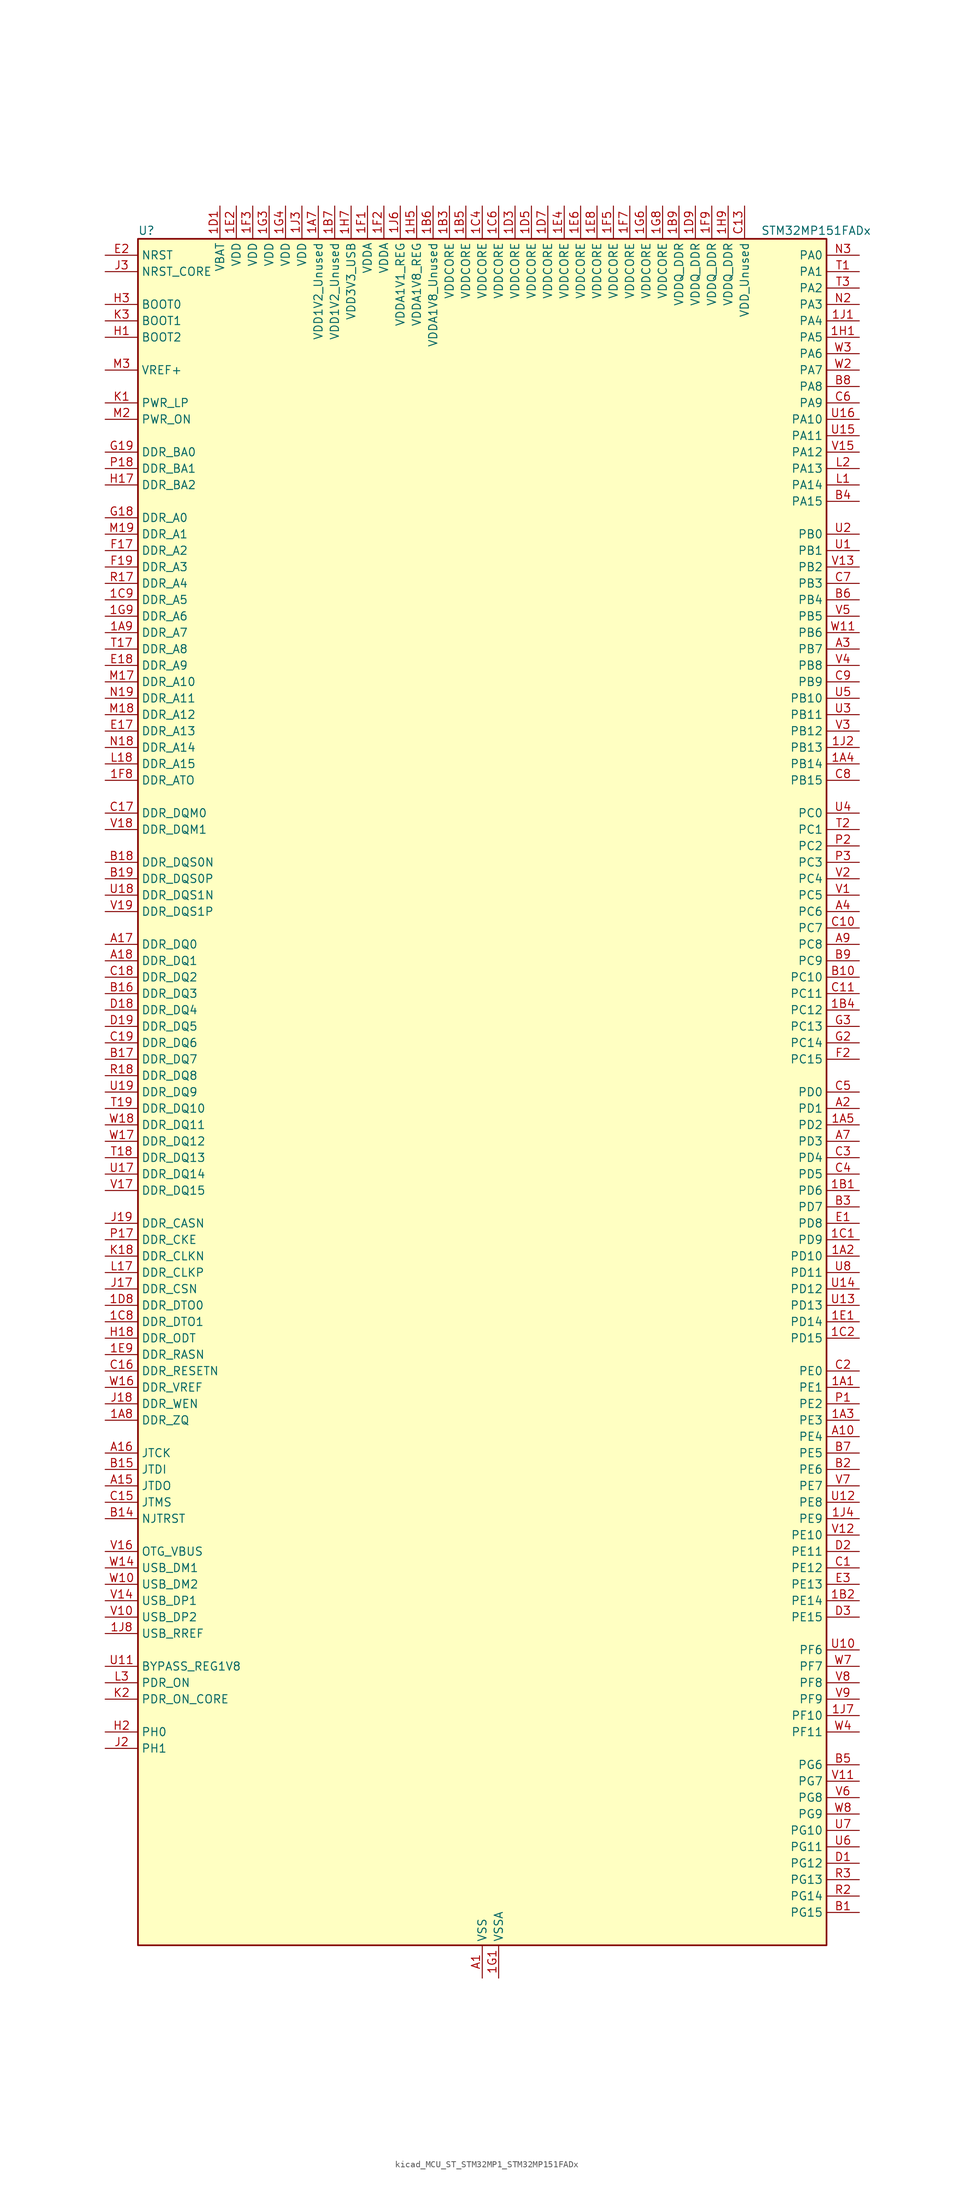
<source format=kicad_sym>
(kicad_symbol_lib
  (version 20220914)
  (generator kicad_symbol_editor)
  (symbol "kicad_MCU_ST_STM32MP1_STM32MP151FADx"
    (property "Reference" "U"
      (at -53.34 133.35 0)
      (effects (font (size 1.27 1.27)) (justify left)))
    (property "Value" "STM32MP151FADx"
      (at 43.18 133.35 0)
      (effects (font (size 1.27 1.27)) (justify left)))
    (property "ki_locked" ""
      (at 0 0 0)
      (effects (font (size 1.27 1.27))))
    (symbol "kicad_MCU_ST_STM32MP1_STM32MP151FADx_0_1"
      (rectangle (start -53.34 -132.08) (end 53.34 132.08) (stroke (width 0.254) (type default)) (fill (type background))))
    (symbol "kicad_MCU_ST_STM32MP1_STM32MP151FADx_1_1"
      (pin bidirectional line (at 58.42 -45.72 180) (length 5.08) (name "PE1" (effects (font (size 1.27 1.27)))) (number "1A1" (effects (font (size 1.27 1.27)))) (alternate "DCMI_D3" bidirectional line) (alternate "FMC_NBL1" bidirectional line) (alternate "I2S2_MCK" bidirectional line) (alternate "LPTIM1_IN2" bidirectional line) (alternate "SAI3_SD_B" bidirectional line) (alternate "UART8_TX" bidirectional line))
      (pin bidirectional line (at 58.42 -25.4 180) (length 5.08) (name "PD10" (effects (font (size 1.27 1.27)))) (number "1A2" (effects (font (size 1.27 1.27)))) (alternate "DFSDM1_CKOUT" bidirectional line) (alternate "FMC_D15" bidirectional line) (alternate "FMC_DA15" bidirectional line) (alternate "I2C5_SMBA" bidirectional line) (alternate "I2S3_SDI" bidirectional line) (alternate "LTDC_B3" bidirectional line) (alternate "RTC_REFIN" bidirectional line) (alternate "SAI3_FS_B" bidirectional line) (alternate "SPI3_MISO" bidirectional line) (alternate "TIM16_BKIN" bidirectional line) (alternate "USART3_CK" bidirectional line))
      (pin bidirectional line (at 58.42 -50.8 180) (length 5.08) (name "PE3" (effects (font (size 1.27 1.27)))) (number "1A3" (effects (font (size 1.27 1.27)))) (alternate "DEBUG_TRACED0" bidirectional line) (alternate "FMC_A19" bidirectional line) (alternate "SAI1_SD_B" bidirectional line) (alternate "SDMMC2_CK" bidirectional line) (alternate "TIM15_BKIN" bidirectional line))
      (pin bidirectional line (at 58.42 50.8 180) (length 5.08) (name "PB14" (effects (font (size 1.27 1.27)))) (number "1A4" (effects (font (size 1.27 1.27)))) (alternate "DFSDM1_DATIN2" bidirectional line) (alternate "I2S2_SDI" bidirectional line) (alternate "SDMMC2_D0" bidirectional line) (alternate "SPI2_MISO" bidirectional line) (alternate "TIM12_CH1" bidirectional line) (alternate "TIM1_CH2N" bidirectional line) (alternate "TIM8_CH2N" bidirectional line) (alternate "USART1_TX" bidirectional line) (alternate "USART3_DE" bidirectional line) (alternate "USART3_RTS" bidirectional line))
      (pin bidirectional line (at 58.42 -5.08 180) (length 5.08) (name "PD2" (effects (font (size 1.27 1.27)))) (number "1A5" (effects (font (size 1.27 1.27)))) (alternate "DCMI_D11" bidirectional line) (alternate "I2C5_SMBA" bidirectional line) (alternate "SDMMC1_CMD" bidirectional line) (alternate "TIM3_ETR" bidirectional line) (alternate "UART4_RX" bidirectional line) (alternate "UART5_RX" bidirectional line))
      (pin passive line (at 0 -137.16 90) (length 5.08) hide (name "VSS" (effects (font (size 1.27 1.27)))) (number "1A6" (effects (font (size 1.27 1.27)))))
      (pin power_in line (at -25.4 137.16 270) (length 5.08) (name "VDD1V2_Unused" (effects (font (size 1.27 1.27)))) (number "1A7" (effects (font (size 1.27 1.27)))))
      (pin bidirectional line (at -58.42 -50.8 0) (length 5.08) (name "DDR_ZQ" (effects (font (size 1.27 1.27)))) (number "1A8" (effects (font (size 1.27 1.27)))) (alternate "DDR_ZQ" bidirectional line))
      (pin bidirectional line (at -58.42 71.12 0) (length 5.08) (name "DDR_A7" (effects (font (size 1.27 1.27)))) (number "1A9" (effects (font (size 1.27 1.27)))) (alternate "DDR_A7" bidirectional line))
      (pin bidirectional line (at 58.42 -15.24 180) (length 5.08) (name "PD6" (effects (font (size 1.27 1.27)))) (number "1B1" (effects (font (size 1.27 1.27)))) (alternate "DCMI_D10" bidirectional line) (alternate "DFSDM1_CKIN4" bidirectional line) (alternate "DFSDM1_DATIN1" bidirectional line) (alternate "FMC_NWAIT" bidirectional line) (alternate "I2S3_SDO" bidirectional line) (alternate "LTDC_B2" bidirectional line) (alternate "SAI1_D1" bidirectional line) (alternate "SAI1_SD_A" bidirectional line) (alternate "SPI3_MOSI" bidirectional line) (alternate "TIM16_CH1N" bidirectional line) (alternate "USART2_RX" bidirectional line))
      (pin bidirectional line (at 58.42 -78.74 180) (length 5.08) (name "PE14" (effects (font (size 1.27 1.27)))) (number "1B2" (effects (font (size 1.27 1.27)))) (alternate "FMC_D11" bidirectional line) (alternate "FMC_DA11" bidirectional line) (alternate "LTDC_CLK" bidirectional line) (alternate "LTDC_G0" bidirectional line) (alternate "SAI2_MCLK_B" bidirectional line) (alternate "SDMMC1_D123DIR" bidirectional line) (alternate "SPI4_MOSI" bidirectional line) (alternate "TIM1_CH4" bidirectional line) (alternate "UART8_DE" bidirectional line) (alternate "UART8_RTS" bidirectional line))
      (pin power_in line (at -5.08 137.16 270) (length 5.08) (name "VDDCORE" (effects (font (size 1.27 1.27)))) (number "1B3" (effects (font (size 1.27 1.27)))))
      (pin bidirectional line (at 58.42 12.7 180) (length 5.08) (name "PC12" (effects (font (size 1.27 1.27)))) (number "1B4" (effects (font (size 1.27 1.27)))) (alternate "DCMI_D9" bidirectional line) (alternate "DEBUG_TRACECLK" bidirectional line) (alternate "I2S3_SDO" bidirectional line) (alternate "RCC_MCO_2" bidirectional line) (alternate "SAI4_D3" bidirectional line) (alternate "SAI4_SD_B" bidirectional line) (alternate "SDMMC1_CK" bidirectional line) (alternate "SPI3_MOSI" bidirectional line) (alternate "UART5_TX" bidirectional line) (alternate "USART3_CK" bidirectional line))
      (pin power_in line (at -2.54 137.16 270) (length 5.08) (name "VDDCORE" (effects (font (size 1.27 1.27)))) (number "1B5" (effects (font (size 1.27 1.27)))))
      (pin power_in line (at -7.62 137.16 270) (length 5.08) (name "VDDA1V8_Unused" (effects (font (size 1.27 1.27)))) (number "1B6" (effects (font (size 1.27 1.27)))))
      (pin power_in line (at -22.86 137.16 270) (length 5.08) (name "VDD1V2_Unused" (effects (font (size 1.27 1.27)))) (number "1B7" (effects (font (size 1.27 1.27)))))
      (pin passive line (at 0 -137.16 90) (length 5.08) hide (name "VSS" (effects (font (size 1.27 1.27)))) (number "1B8" (effects (font (size 1.27 1.27)))))
      (pin power_in line (at 30.48 137.16 270) (length 5.08) (name "VDDQ_DDR" (effects (font (size 1.27 1.27)))) (number "1B9" (effects (font (size 1.27 1.27)))))
      (pin bidirectional line (at 58.42 -22.86 180) (length 5.08) (name "PD9" (effects (font (size 1.27 1.27)))) (number "1C1" (effects (font (size 1.27 1.27)))) (alternate "DAC1_EXTI9" bidirectional line) (alternate "DCMI_HSYNC" bidirectional line) (alternate "DFSDM1_DATIN3" bidirectional line) (alternate "FMC_D14" bidirectional line) (alternate "FMC_DA14" bidirectional line) (alternate "LTDC_B0" bidirectional line) (alternate "SAI3_SD_B" bidirectional line) (alternate "USART3_RX" bidirectional line))
      (pin bidirectional line (at 58.42 -38.1 180) (length 5.08) (name "PD15" (effects (font (size 1.27 1.27)))) (number "1C2" (effects (font (size 1.27 1.27)))) (alternate "ADC1_EXTI15" bidirectional line) (alternate "ADC2_EXTI15" bidirectional line) (alternate "FMC_D1" bidirectional line) (alternate "FMC_DA1" bidirectional line) (alternate "LTDC_R1" bidirectional line) (alternate "SAI3_MCLK_A" bidirectional line) (alternate "TIM4_CH4" bidirectional line) (alternate "UART8_CTS" bidirectional line))
      (pin passive line (at 0 -137.16 90) (length 5.08) hide (name "VSS" (effects (font (size 1.27 1.27)))) (number "1C3" (effects (font (size 1.27 1.27)))))
      (pin power_in line (at 0 137.16 270) (length 5.08) (name "VDDCORE" (effects (font (size 1.27 1.27)))) (number "1C4" (effects (font (size 1.27 1.27)))))
      (pin passive line (at 0 -137.16 90) (length 5.08) hide (name "VSS" (effects (font (size 1.27 1.27)))) (number "1C5" (effects (font (size 1.27 1.27)))))
      (pin power_in line (at 2.54 137.16 270) (length 5.08) (name "VDDCORE" (effects (font (size 1.27 1.27)))) (number "1C6" (effects (font (size 1.27 1.27)))))
      (pin passive line (at 0 -137.16 90) (length 5.08) hide (name "VSS" (effects (font (size 1.27 1.27)))) (number "1C7" (effects (font (size 1.27 1.27)))))
      (pin bidirectional line (at -58.42 -35.56 0) (length 5.08) (name "DDR_DTO1" (effects (font (size 1.27 1.27)))) (number "1C8" (effects (font (size 1.27 1.27)))) (alternate "DDR_DTO1" bidirectional line))
      (pin bidirectional line (at -58.42 76.2 0) (length 5.08) (name "DDR_A5" (effects (font (size 1.27 1.27)))) (number "1C9" (effects (font (size 1.27 1.27)))) (alternate "DDR_A5" bidirectional line))
      (pin power_in line (at -40.64 137.16 270) (length 5.08) (name "VBAT" (effects (font (size 1.27 1.27)))) (number "1D1" (effects (font (size 1.27 1.27)))))
      (pin passive line (at 0 -137.16 90) (length 5.08) hide (name "VSS" (effects (font (size 1.27 1.27)))) (number "1D2" (effects (font (size 1.27 1.27)))))
      (pin power_in line (at 5.08 137.16 270) (length 5.08) (name "VDDCORE" (effects (font (size 1.27 1.27)))) (number "1D3" (effects (font (size 1.27 1.27)))))
      (pin passive line (at 0 -137.16 90) (length 5.08) hide (name "VSS" (effects (font (size 1.27 1.27)))) (number "1D4" (effects (font (size 1.27 1.27)))))
      (pin power_in line (at 7.62 137.16 270) (length 5.08) (name "VDDCORE" (effects (font (size 1.27 1.27)))) (number "1D5" (effects (font (size 1.27 1.27)))))
      (pin passive line (at 0 -137.16 90) (length 5.08) hide (name "VSS" (effects (font (size 1.27 1.27)))) (number "1D6" (effects (font (size 1.27 1.27)))))
      (pin power_in line (at 10.16 137.16 270) (length 5.08) (name "VDDCORE" (effects (font (size 1.27 1.27)))) (number "1D7" (effects (font (size 1.27 1.27)))))
      (pin bidirectional line (at -58.42 -33.02 0) (length 5.08) (name "DDR_DTO0" (effects (font (size 1.27 1.27)))) (number "1D8" (effects (font (size 1.27 1.27)))) (alternate "DDR_DTO0" bidirectional line))
      (pin power_in line (at 33.02 137.16 270) (length 5.08) (name "VDDQ_DDR" (effects (font (size 1.27 1.27)))) (number "1D9" (effects (font (size 1.27 1.27)))))
      (pin bidirectional line (at 58.42 -35.56 180) (length 5.08) (name "PD14" (effects (font (size 1.27 1.27)))) (number "1E1" (effects (font (size 1.27 1.27)))) (alternate "FMC_D0" bidirectional line) (alternate "FMC_DA0" bidirectional line) (alternate "SAI3_MCLK_B" bidirectional line) (alternate "TIM4_CH3" bidirectional line) (alternate "UART8_CTS" bidirectional line))
      (pin power_in line (at -38.1 137.16 270) (length 5.08) (name "VDD" (effects (font (size 1.27 1.27)))) (number "1E2" (effects (font (size 1.27 1.27)))))
      (pin passive line (at 0 -137.16 90) (length 5.08) hide (name "VSS" (effects (font (size 1.27 1.27)))) (number "1E3" (effects (font (size 1.27 1.27)))))
      (pin power_in line (at 12.7 137.16 270) (length 5.08) (name "VDDCORE" (effects (font (size 1.27 1.27)))) (number "1E4" (effects (font (size 1.27 1.27)))))
      (pin passive line (at 0 -137.16 90) (length 5.08) hide (name "VSS" (effects (font (size 1.27 1.27)))) (number "1E5" (effects (font (size 1.27 1.27)))))
      (pin power_in line (at 15.24 137.16 270) (length 5.08) (name "VDDCORE" (effects (font (size 1.27 1.27)))) (number "1E6" (effects (font (size 1.27 1.27)))))
      (pin passive line (at 0 -137.16 90) (length 5.08) hide (name "VSS" (effects (font (size 1.27 1.27)))) (number "1E7" (effects (font (size 1.27 1.27)))))
      (pin power_in line (at 17.78 137.16 270) (length 5.08) (name "VDDCORE" (effects (font (size 1.27 1.27)))) (number "1E8" (effects (font (size 1.27 1.27)))))
      (pin bidirectional line (at -58.42 -40.64 0) (length 5.08) (name "DDR_RASN" (effects (font (size 1.27 1.27)))) (number "1E9" (effects (font (size 1.27 1.27)))) (alternate "DDR_RASN" bidirectional line))
      (pin power_in line (at -17.78 137.16 270) (length 5.08) (name "VDDA" (effects (font (size 1.27 1.27)))) (number "1F1" (effects (font (size 1.27 1.27)))))
      (pin power_in line (at -15.24 137.16 270) (length 5.08) (name "VDDA" (effects (font (size 1.27 1.27)))) (number "1F2" (effects (font (size 1.27 1.27)))))
      (pin power_in line (at -35.56 137.16 270) (length 5.08) (name "VDD" (effects (font (size 1.27 1.27)))) (number "1F3" (effects (font (size 1.27 1.27)))))
      (pin passive line (at 0 -137.16 90) (length 5.08) hide (name "VSS" (effects (font (size 1.27 1.27)))) (number "1F4" (effects (font (size 1.27 1.27)))))
      (pin power_in line (at 20.32 137.16 270) (length 5.08) (name "VDDCORE" (effects (font (size 1.27 1.27)))) (number "1F5" (effects (font (size 1.27 1.27)))))
      (pin passive line (at 0 -137.16 90) (length 5.08) hide (name "VSS" (effects (font (size 1.27 1.27)))) (number "1F6" (effects (font (size 1.27 1.27)))))
      (pin power_in line (at 22.86 137.16 270) (length 5.08) (name "VDDCORE" (effects (font (size 1.27 1.27)))) (number "1F7" (effects (font (size 1.27 1.27)))))
      (pin bidirectional line (at -58.42 48.26 0) (length 5.08) (name "DDR_ATO" (effects (font (size 1.27 1.27)))) (number "1F8" (effects (font (size 1.27 1.27)))) (alternate "DDR_ATO" bidirectional line))
      (pin power_in line (at 35.56 137.16 270) (length 5.08) (name "VDDQ_DDR" (effects (font (size 1.27 1.27)))) (number "1F9" (effects (font (size 1.27 1.27)))))
      (pin power_in line (at 2.54 -137.16 90) (length 5.08) (name "VSSA" (effects (font (size 1.27 1.27)))) (number "1G1" (effects (font (size 1.27 1.27)))))
      (pin passive line (at 0 -137.16 90) (length 5.08) hide (name "VSS" (effects (font (size 1.27 1.27)))) (number "1G2" (effects (font (size 1.27 1.27)))))
      (pin power_in line (at -33.02 137.16 270) (length 5.08) (name "VDD" (effects (font (size 1.27 1.27)))) (number "1G3" (effects (font (size 1.27 1.27)))))
      (pin power_in line (at -30.48 137.16 270) (length 5.08) (name "VDD" (effects (font (size 1.27 1.27)))) (number "1G4" (effects (font (size 1.27 1.27)))))
      (pin passive line (at 0 -137.16 90) (length 5.08) hide (name "VSS" (effects (font (size 1.27 1.27)))) (number "1G5" (effects (font (size 1.27 1.27)))))
      (pin power_in line (at 25.4 137.16 270) (length 5.08) (name "VDDCORE" (effects (font (size 1.27 1.27)))) (number "1G6" (effects (font (size 1.27 1.27)))))
      (pin passive line (at 0 -137.16 90) (length 5.08) hide (name "VSS" (effects (font (size 1.27 1.27)))) (number "1G7" (effects (font (size 1.27 1.27)))))
      (pin power_in line (at 27.94 137.16 270) (length 5.08) (name "VDDCORE" (effects (font (size 1.27 1.27)))) (number "1G8" (effects (font (size 1.27 1.27)))))
      (pin bidirectional line (at -58.42 73.66 0) (length 5.08) (name "DDR_A6" (effects (font (size 1.27 1.27)))) (number "1G9" (effects (font (size 1.27 1.27)))) (alternate "DDR_A6" bidirectional line))
      (pin bidirectional line (at 58.42 116.84 180) (length 5.08) (name "PA5" (effects (font (size 1.27 1.27)))) (number "1H1" (effects (font (size 1.27 1.27)))) (alternate "ADC1_INN18" bidirectional line) (alternate "ADC1_INP19" bidirectional line) (alternate "ADC2_INN18" bidirectional line) (alternate "ADC2_INP19" bidirectional line) (alternate "DAC1_OUT2" bidirectional line) (alternate "I2S1_CK" bidirectional line) (alternate "LTDC_R4" bidirectional line) (alternate "SAI4_CK1" bidirectional line) (alternate "SAI4_MCLK_A" bidirectional line) (alternate "SPI1_SCK" bidirectional line) (alternate "SPI6_SCK" bidirectional line) (alternate "TIM2_CH1" bidirectional line) (alternate "TIM2_ETR" bidirectional line) (alternate "TIM8_CH1N" bidirectional line))
      (pin passive line (at 0 -137.16 90) (length 5.08) hide (name "VSS" (effects (font (size 1.27 1.27)))) (number "1H2" (effects (font (size 1.27 1.27)))))
      (pin passive line (at 0 -137.16 90) (length 5.08) hide (name "VSS" (effects (font (size 1.27 1.27)))) (number "1H3" (effects (font (size 1.27 1.27)))))
      (pin passive line (at 0 -137.16 90) (length 5.08) hide (name "VSS" (effects (font (size 1.27 1.27)))) (number "1H4" (effects (font (size 1.27 1.27)))))
      (pin power_in line (at -10.16 137.16 270) (length 5.08) (name "VDDA1V8_REG" (effects (font (size 1.27 1.27)))) (number "1H5" (effects (font (size 1.27 1.27)))))
      (pin passive line (at 0 -137.16 90) (length 5.08) hide (name "VSS" (effects (font (size 1.27 1.27)))) (number "1H6" (effects (font (size 1.27 1.27)))))
      (pin power_in line (at -20.32 137.16 270) (length 5.08) (name "VDD3V3_USB" (effects (font (size 1.27 1.27)))) (number "1H7" (effects (font (size 1.27 1.27)))))
      (pin passive line (at 0 -137.16 90) (length 5.08) hide (name "VSS" (effects (font (size 1.27 1.27)))) (number "1H8" (effects (font (size 1.27 1.27)))))
      (pin power_in line (at 38.1 137.16 270) (length 5.08) (name "VDDQ_DDR" (effects (font (size 1.27 1.27)))) (number "1H9" (effects (font (size 1.27 1.27)))))
      (pin bidirectional line (at 58.42 119.38 180) (length 5.08) (name "PA4" (effects (font (size 1.27 1.27)))) (number "1J1" (effects (font (size 1.27 1.27)))) (alternate "ADC1_INP18" bidirectional line) (alternate "ADC2_INP18" bidirectional line) (alternate "DAC1_OUT1" bidirectional line) (alternate "DCMI_HSYNC" bidirectional line) (alternate "HDP_HDP0" bidirectional line) (alternate "I2S1_WS" bidirectional line) (alternate "I2S3_WS" bidirectional line) (alternate "LTDC_VSYNC" bidirectional line) (alternate "SAI4_D2" bidirectional line) (alternate "SAI4_FS_A" bidirectional line) (alternate "SPI1_NSS" bidirectional line) (alternate "SPI3_NSS" bidirectional line) (alternate "SPI6_NSS" bidirectional line) (alternate "TIM5_ETR" bidirectional line) (alternate "USART2_CK" bidirectional line))
      (pin bidirectional line (at 58.42 53.34 180) (length 5.08) (name "PB13" (effects (font (size 1.27 1.27)))) (number "1J2" (effects (font (size 1.27 1.27)))) (alternate "DFSDM1_CKIN1" bidirectional line) (alternate "DFSDM1_CKOUT" bidirectional line) (alternate "ETH1_TXD1" bidirectional line) (alternate "I2S2_CK" bidirectional line) (alternate "LPTIM2_OUT" bidirectional line) (alternate "SPI2_SCK" bidirectional line) (alternate "TIM1_CH1N" bidirectional line) (alternate "UART5_TX" bidirectional line) (alternate "USART3_CTS" bidirectional line) (alternate "USART3_NSS" bidirectional line))
      (pin power_in line (at -27.94 137.16 270) (length 5.08) (name "VDD" (effects (font (size 1.27 1.27)))) (number "1J3" (effects (font (size 1.27 1.27)))))
      (pin bidirectional line (at 58.42 -66.04 180) (length 5.08) (name "PE9" (effects (font (size 1.27 1.27)))) (number "1J4" (effects (font (size 1.27 1.27)))) (alternate "DAC1_EXTI9" bidirectional line) (alternate "DFSDM1_CKOUT" bidirectional line) (alternate "FMC_D6" bidirectional line) (alternate "FMC_DA6" bidirectional line) (alternate "QUADSPI_BK2_IO2" bidirectional line) (alternate "TIM1_CH1" bidirectional line) (alternate "UART7_DE" bidirectional line) (alternate "UART7_RTS" bidirectional line))
      (pin passive line (at 0 -137.16 90) (length 5.08) hide (name "VSS" (effects (font (size 1.27 1.27)))) (number "1J5" (effects (font (size 1.27 1.27)))))
      (pin power_in line (at -12.7 137.16 270) (length 5.08) (name "VDDA1V1_REG" (effects (font (size 1.27 1.27)))) (number "1J6" (effects (font (size 1.27 1.27)))))
      (pin bidirectional line (at 58.42 -96.52 180) (length 5.08) (name "PF10" (effects (font (size 1.27 1.27)))) (number "1J7" (effects (font (size 1.27 1.27)))) (alternate "DCMI_D11" bidirectional line) (alternate "LTDC_DE" bidirectional line) (alternate "QUADSPI_CLK" bidirectional line) (alternate "SAI1_D3" bidirectional line) (alternate "SAI1_D4" bidirectional line) (alternate "SAI4_D3" bidirectional line) (alternate "SAI4_D4" bidirectional line) (alternate "TIM16_BKIN" bidirectional line))
      (pin bidirectional line (at -58.42 -83.82 0) (length 5.08) (name "USB_RREF" (effects (font (size 1.27 1.27)))) (number "1J8" (effects (font (size 1.27 1.27)))))
      (pin passive line (at 0 -137.16 90) (length 5.08) hide (name "VSS" (effects (font (size 1.27 1.27)))) (number "1J9" (effects (font (size 1.27 1.27)))))
      (pin power_in line (at 0 -137.16 90) (length 5.08) (name "VSS" (effects (font (size 1.27 1.27)))) (number "A1" (effects (font (size 1.27 1.27)))))
      (pin bidirectional line (at 58.42 -53.34 180) (length 5.08) (name "PE4" (effects (font (size 1.27 1.27)))) (number "A10" (effects (font (size 1.27 1.27)))) (alternate "DCMI_D4" bidirectional line) (alternate "DEBUG_TRACED1" bidirectional line) (alternate "DFSDM1_DATIN3" bidirectional line) (alternate "FMC_A20" bidirectional line) (alternate "LTDC_B0" bidirectional line) (alternate "SAI1_D2" bidirectional line) (alternate "SAI1_FS_A" bidirectional line) (alternate "SDMMC1_CKIN" bidirectional line) (alternate "SDMMC1_D4" bidirectional line) (alternate "SDMMC2_CKIN" bidirectional line) (alternate "SDMMC2_D4" bidirectional line) (alternate "SPI4_NSS" bidirectional line) (alternate "TIM15_CH1N" bidirectional line))
      (pin no_connect line (at -53.34 -132.08 0) (length 5.08) hide (name "DNU" (effects (font (size 1.27 1.27)))) (number "A12" (effects (font (size 1.27 1.27)))))
      (pin no_connect line (at -53.34 -129.54 0) (length 5.08) hide (name "DNU" (effects (font (size 1.27 1.27)))) (number "A13" (effects (font (size 1.27 1.27)))))
      (pin bidirectional line (at -58.42 -60.96 0) (length 5.08) (name "JTDO" (effects (font (size 1.27 1.27)))) (number "A15" (effects (font (size 1.27 1.27)))) (alternate "DEBUG_JTDO-SWO" bidirectional line))
      (pin bidirectional line (at -58.42 -55.88 0) (length 5.08) (name "JTCK" (effects (font (size 1.27 1.27)))) (number "A16" (effects (font (size 1.27 1.27)))) (alternate "DEBUG_JTCK-SWCLK" bidirectional line))
      (pin bidirectional line (at -58.42 22.86 0) (length 5.08) (name "DDR_DQ0" (effects (font (size 1.27 1.27)))) (number "A17" (effects (font (size 1.27 1.27)))) (alternate "DDR_DQ0" bidirectional line))
      (pin bidirectional line (at -58.42 20.32 0) (length 5.08) (name "DDR_DQ1" (effects (font (size 1.27 1.27)))) (number "A18" (effects (font (size 1.27 1.27)))) (alternate "DDR_DQ1" bidirectional line))
      (pin passive line (at 0 -137.16 90) (length 5.08) hide (name "VSS" (effects (font (size 1.27 1.27)))) (number "A19" (effects (font (size 1.27 1.27)))))
      (pin bidirectional line (at 58.42 -2.54 180) (length 5.08) (name "PD1" (effects (font (size 1.27 1.27)))) (number "A2" (effects (font (size 1.27 1.27)))) (alternate "DFSDM1_CKIN7" bidirectional line) (alternate "DFSDM1_DATIN6" bidirectional line) (alternate "FMC_D3" bidirectional line) (alternate "FMC_DA3" bidirectional line) (alternate "I2C5_SCL" bidirectional line) (alternate "I2C6_SCL" bidirectional line) (alternate "SAI3_SD_A" bidirectional line) (alternate "SDMMC3_D0" bidirectional line) (alternate "UART4_TX" bidirectional line))
      (pin bidirectional line (at 58.42 68.58 180) (length 5.08) (name "PB7" (effects (font (size 1.27 1.27)))) (number "A3" (effects (font (size 1.27 1.27)))) (alternate "DCMI_VSYNC" bidirectional line) (alternate "DFSDM1_CKIN5" bidirectional line) (alternate "FMC_NL" bidirectional line) (alternate "I2C1_SDA" bidirectional line) (alternate "I2C4_SDA" bidirectional line) (alternate "SDMMC2_D1" bidirectional line) (alternate "TIM17_CH1N" bidirectional line) (alternate "TIM4_CH2" bidirectional line) (alternate "USART1_RX" bidirectional line))
      (pin bidirectional line (at 58.42 27.94 180) (length 5.08) (name "PC6" (effects (font (size 1.27 1.27)))) (number "A4" (effects (font (size 1.27 1.27)))) (alternate "DCMI_D0" bidirectional line) (alternate "DFSDM1_CKIN3" bidirectional line) (alternate "HDP_HDP1" bidirectional line) (alternate "I2S2_MCK" bidirectional line) (alternate "LTDC_HSYNC" bidirectional line) (alternate "SDMMC1_D0DIR" bidirectional line) (alternate "SDMMC1_D6" bidirectional line) (alternate "SDMMC2_D0DIR" bidirectional line) (alternate "SDMMC2_D6" bidirectional line) (alternate "TIM3_CH1" bidirectional line) (alternate "TIM8_CH1" bidirectional line) (alternate "USART6_TX" bidirectional line))
      (pin passive line (at 0 -137.16 90) (length 5.08) hide (name "VSS" (effects (font (size 1.27 1.27)))) (number "A6" (effects (font (size 1.27 1.27)))))
      (pin bidirectional line (at 58.42 -7.62 180) (length 5.08) (name "PD3" (effects (font (size 1.27 1.27)))) (number "A7" (effects (font (size 1.27 1.27)))) (alternate "DCMI_D5" bidirectional line) (alternate "DFSDM1_CKOUT" bidirectional line) (alternate "DFSDM1_DATIN0" bidirectional line) (alternate "FMC_CLK" bidirectional line) (alternate "HDP_HDP5" bidirectional line) (alternate "I2S2_CK" bidirectional line) (alternate "LTDC_G7" bidirectional line) (alternate "SDMMC1_D123DIR" bidirectional line) (alternate "SDMMC1_D7" bidirectional line) (alternate "SDMMC2_D123DIR" bidirectional line) (alternate "SDMMC2_D7" bidirectional line) (alternate "SPI2_SCK" bidirectional line) (alternate "USART2_CTS" bidirectional line) (alternate "USART2_NSS" bidirectional line))
      (pin bidirectional line (at 58.42 22.86 180) (length 5.08) (name "PC8" (effects (font (size 1.27 1.27)))) (number "A9" (effects (font (size 1.27 1.27)))) (alternate "DCMI_D2" bidirectional line) (alternate "DEBUG_TRACED0" bidirectional line) (alternate "SDMMC1_D0" bidirectional line) (alternate "TIM3_CH3" bidirectional line) (alternate "TIM8_CH3" bidirectional line) (alternate "UART4_TX" bidirectional line) (alternate "UART5_DE" bidirectional line) (alternate "UART5_RTS" bidirectional line) (alternate "USART6_CK" bidirectional line))
      (pin bidirectional line (at 58.42 -127 180) (length 5.08) (name "PG15" (effects (font (size 1.27 1.27)))) (number "B1" (effects (font (size 1.27 1.27)))) (alternate "ADC1_EXTI15" bidirectional line) (alternate "ADC2_EXTI15" bidirectional line) (alternate "DCMI_D13" bidirectional line) (alternate "DEBUG_TRACED7" bidirectional line) (alternate "I2C2_SDA" bidirectional line) (alternate "SAI1_D2" bidirectional line) (alternate "SAI1_FS_A" bidirectional line) (alternate "SDMMC3_CK" bidirectional line) (alternate "USART6_CTS" bidirectional line) (alternate "USART6_NSS" bidirectional line))
      (pin bidirectional line (at 58.42 17.78 180) (length 5.08) (name "PC10" (effects (font (size 1.27 1.27)))) (number "B10" (effects (font (size 1.27 1.27)))) (alternate "DCMI_D8" bidirectional line) (alternate "DEBUG_TRACED2" bidirectional line) (alternate "DFSDM1_CKIN5" bidirectional line) (alternate "I2S3_CK" bidirectional line) (alternate "LTDC_R2" bidirectional line) (alternate "QUADSPI_BK1_IO1" bidirectional line) (alternate "SAI4_MCLK_B" bidirectional line) (alternate "SDMMC1_D2" bidirectional line) (alternate "SPI3_SCK" bidirectional line) (alternate "UART4_TX" bidirectional line) (alternate "USART3_TX" bidirectional line))
      (pin no_connect line (at -53.34 -127 0) (length 5.08) hide (name "DNU" (effects (font (size 1.27 1.27)))) (number "B11" (effects (font (size 1.27 1.27)))))
      (pin no_connect line (at -53.34 -124.46 0) (length 5.08) hide (name "DNU" (effects (font (size 1.27 1.27)))) (number "B12" (effects (font (size 1.27 1.27)))))
      (pin no_connect line (at -53.34 -121.92 0) (length 5.08) hide (name "DNU" (effects (font (size 1.27 1.27)))) (number "B13" (effects (font (size 1.27 1.27)))))
      (pin bidirectional line (at -58.42 -66.04 0) (length 5.08) (name "NJTRST" (effects (font (size 1.27 1.27)))) (number "B14" (effects (font (size 1.27 1.27)))) (alternate "DEBUG_JTRST" bidirectional line))
      (pin bidirectional line (at -58.42 -58.42 0) (length 5.08) (name "JTDI" (effects (font (size 1.27 1.27)))) (number "B15" (effects (font (size 1.27 1.27)))) (alternate "DEBUG_JTDI" bidirectional line))
      (pin bidirectional line (at -58.42 15.24 0) (length 5.08) (name "DDR_DQ3" (effects (font (size 1.27 1.27)))) (number "B16" (effects (font (size 1.27 1.27)))) (alternate "DDR_DQ3" bidirectional line))
      (pin bidirectional line (at -58.42 5.08 0) (length 5.08) (name "DDR_DQ7" (effects (font (size 1.27 1.27)))) (number "B17" (effects (font (size 1.27 1.27)))) (alternate "DDR_DQ7" bidirectional line))
      (pin bidirectional line (at -58.42 35.56 0) (length 5.08) (name "DDR_DQS0N" (effects (font (size 1.27 1.27)))) (number "B18" (effects (font (size 1.27 1.27)))) (alternate "DDR_DQS0N" bidirectional line))
      (pin bidirectional line (at -58.42 33.02 0) (length 5.08) (name "DDR_DQS0P" (effects (font (size 1.27 1.27)))) (number "B19" (effects (font (size 1.27 1.27)))) (alternate "DDR_DQS0P" bidirectional line))
      (pin bidirectional line (at 58.42 -58.42 180) (length 5.08) (name "PE6" (effects (font (size 1.27 1.27)))) (number "B2" (effects (font (size 1.27 1.27)))) (alternate "DCMI_D7" bidirectional line) (alternate "DEBUG_TRACED2" bidirectional line) (alternate "FMC_A22" bidirectional line) (alternate "LTDC_G1" bidirectional line) (alternate "SAI1_D1" bidirectional line) (alternate "SAI1_SD_A" bidirectional line) (alternate "SAI2_MCLK_B" bidirectional line) (alternate "SDMMC1_D2" bidirectional line) (alternate "SDMMC2_D0" bidirectional line) (alternate "SPI4_MOSI" bidirectional line) (alternate "TIM15_CH2" bidirectional line) (alternate "TIM1_BKIN2" bidirectional line))
      (pin bidirectional line (at 58.42 -17.78 180) (length 5.08) (name "PD7" (effects (font (size 1.27 1.27)))) (number "B3" (effects (font (size 1.27 1.27)))) (alternate "DEBUG_TRACED6" bidirectional line) (alternate "DFSDM1_CKIN1" bidirectional line) (alternate "DFSDM1_DATIN4" bidirectional line) (alternate "FMC_NE1" bidirectional line) (alternate "I2C2_SCL" bidirectional line) (alternate "SDMMC3_D3" bidirectional line) (alternate "SPDIFRX_IN0" bidirectional line) (alternate "USART2_CK" bidirectional line))
      (pin bidirectional line (at 58.42 91.44 180) (length 5.08) (name "PA15" (effects (font (size 1.27 1.27)))) (number "B4" (effects (font (size 1.27 1.27)))) (alternate "ADC1_EXTI15" bidirectional line) (alternate "ADC2_EXTI15" bidirectional line) (alternate "CEC" bidirectional line) (alternate "DEBUG_DBTRGI" bidirectional line) (alternate "I2S1_WS" bidirectional line) (alternate "I2S3_WS" bidirectional line) (alternate "LTDC_R1" bidirectional line) (alternate "SAI4_D2" bidirectional line) (alternate "SAI4_FS_A" bidirectional line) (alternate "SDMMC1_CDIR" bidirectional line) (alternate "SDMMC1_D5" bidirectional line) (alternate "SDMMC2_CDIR" bidirectional line) (alternate "SDMMC2_D5" bidirectional line) (alternate "SPI1_NSS" bidirectional line) (alternate "SPI3_NSS" bidirectional line) (alternate "SPI6_NSS" bidirectional line) (alternate "TIM2_CH1" bidirectional line) (alternate "TIM2_ETR" bidirectional line) (alternate "UART4_DE" bidirectional line) (alternate "UART4_RTS" bidirectional line) (alternate "UART7_TX" bidirectional line))
      (pin bidirectional line (at 58.42 -104.14 180) (length 5.08) (name "PG6" (effects (font (size 1.27 1.27)))) (number "B5" (effects (font (size 1.27 1.27)))) (alternate "DCMI_D12" bidirectional line) (alternate "DEBUG_TRACED14" bidirectional line) (alternate "LTDC_R7" bidirectional line) (alternate "SDMMC2_CMD" bidirectional line) (alternate "TIM17_BKIN" bidirectional line))
      (pin bidirectional line (at 58.42 76.2 180) (length 5.08) (name "PB4" (effects (font (size 1.27 1.27)))) (number "B6" (effects (font (size 1.27 1.27)))) (alternate "DEBUG_TRACED8" bidirectional line) (alternate "I2S1_SDI" bidirectional line) (alternate "I2S2_WS" bidirectional line) (alternate "I2S3_SDI" bidirectional line) (alternate "SAI4_CK2" bidirectional line) (alternate "SAI4_SCK_A" bidirectional line) (alternate "SDMMC2_D3" bidirectional line) (alternate "SPI1_MISO" bidirectional line) (alternate "SPI2_NSS" bidirectional line) (alternate "SPI3_MISO" bidirectional line) (alternate "SPI6_MISO" bidirectional line) (alternate "TIM16_BKIN" bidirectional line) (alternate "TIM3_CH1" bidirectional line) (alternate "UART7_TX" bidirectional line))
      (pin bidirectional line (at 58.42 -55.88 180) (length 5.08) (name "PE5" (effects (font (size 1.27 1.27)))) (number "B7" (effects (font (size 1.27 1.27)))) (alternate "DCMI_D6" bidirectional line) (alternate "DEBUG_TRACED3" bidirectional line) (alternate "DFSDM1_CKIN3" bidirectional line) (alternate "FMC_A21" bidirectional line) (alternate "LTDC_G0" bidirectional line) (alternate "SAI1_CK2" bidirectional line) (alternate "SAI1_SCK_A" bidirectional line) (alternate "SDMMC1_D0DIR" bidirectional line) (alternate "SDMMC1_D6" bidirectional line) (alternate "SDMMC2_D0DIR" bidirectional line) (alternate "SDMMC2_D6" bidirectional line) (alternate "SPI4_MISO" bidirectional line) (alternate "TIM15_CH1" bidirectional line))
      (pin bidirectional line (at 58.42 109.22 180) (length 5.08) (name "PA8" (effects (font (size 1.27 1.27)))) (number "B8" (effects (font (size 1.27 1.27)))) (alternate "I2C3_SCL" bidirectional line) (alternate "I2S3_SDO" bidirectional line) (alternate "LTDC_R6" bidirectional line) (alternate "RCC_MCO_1" bidirectional line) (alternate "SAI4_SD_B" bidirectional line) (alternate "SDMMC2_CKIN" bidirectional line) (alternate "SDMMC2_D4" bidirectional line) (alternate "SPI3_MOSI" bidirectional line) (alternate "TIM1_CH1" bidirectional line) (alternate "TIM8_BKIN2" bidirectional line) (alternate "UART7_RX" bidirectional line) (alternate "USART1_CK" bidirectional line) (alternate "USB_OTG_HS_SOF" bidirectional line))
      (pin bidirectional line (at 58.42 20.32 180) (length 5.08) (name "PC9" (effects (font (size 1.27 1.27)))) (number "B9" (effects (font (size 1.27 1.27)))) (alternate "DAC1_EXTI9" bidirectional line) (alternate "DCMI_D3" bidirectional line) (alternate "DEBUG_TRACED1" bidirectional line) (alternate "I2C3_SDA" bidirectional line) (alternate "I2S_CKIN" bidirectional line) (alternate "LTDC_B2" bidirectional line) (alternate "QUADSPI_BK1_IO0" bidirectional line) (alternate "SDMMC1_D1" bidirectional line) (alternate "TIM3_CH4" bidirectional line) (alternate "TIM8_CH4" bidirectional line) (alternate "UART5_CTS" bidirectional line))
      (pin bidirectional line (at 58.42 -73.66 180) (length 5.08) (name "PE12" (effects (font (size 1.27 1.27)))) (number "C1" (effects (font (size 1.27 1.27)))) (alternate "DFSDM1_DATIN5" bidirectional line) (alternate "FMC_D9" bidirectional line) (alternate "FMC_DA9" bidirectional line) (alternate "LTDC_B4" bidirectional line) (alternate "SAI2_SCK_B" bidirectional line) (alternate "SDMMC1_D0DIR" bidirectional line) (alternate "SPI4_SCK" bidirectional line) (alternate "TIM1_CH3N" bidirectional line))
      (pin bidirectional line (at 58.42 25.4 180) (length 5.08) (name "PC7" (effects (font (size 1.27 1.27)))) (number "C10" (effects (font (size 1.27 1.27)))) (alternate "DCMI_D1" bidirectional line) (alternate "DFSDM1_DATIN3" bidirectional line) (alternate "HDP_HDP4" bidirectional line) (alternate "I2S3_MCK" bidirectional line) (alternate "LTDC_G6" bidirectional line) (alternate "SDMMC1_D123DIR" bidirectional line) (alternate "SDMMC1_D7" bidirectional line) (alternate "SDMMC2_D123DIR" bidirectional line) (alternate "SDMMC2_D7" bidirectional line) (alternate "TIM3_CH2" bidirectional line) (alternate "TIM8_CH2" bidirectional line) (alternate "USART6_RX" bidirectional line))
      (pin bidirectional line (at 58.42 15.24 180) (length 5.08) (name "PC11" (effects (font (size 1.27 1.27)))) (number "C11" (effects (font (size 1.27 1.27)))) (alternate "ADC1_EXTI11" bidirectional line) (alternate "ADC2_EXTI11" bidirectional line) (alternate "DCMI_D4" bidirectional line) (alternate "DEBUG_TRACED3" bidirectional line) (alternate "DFSDM1_DATIN5" bidirectional line) (alternate "I2S3_SDI" bidirectional line) (alternate "QUADSPI_BK2_NCS" bidirectional line) (alternate "SAI4_SCK_B" bidirectional line) (alternate "SDMMC1_D3" bidirectional line) (alternate "SPI3_MISO" bidirectional line) (alternate "UART4_RX" bidirectional line) (alternate "USART3_RX" bidirectional line))
      (pin no_connect line (at -53.34 -119.38 0) (length 5.08) hide (name "DNU" (effects (font (size 1.27 1.27)))) (number "C12" (effects (font (size 1.27 1.27)))))
      (pin power_in line (at 40.64 137.16 270) (length 5.08) (name "VDD_Unused" (effects (font (size 1.27 1.27)))) (number "C13" (effects (font (size 1.27 1.27)))))
      (pin passive line (at 0 -137.16 90) (length 5.08) hide (name "VSS" (effects (font (size 1.27 1.27)))) (number "C14" (effects (font (size 1.27 1.27)))))
      (pin bidirectional line (at -58.42 -63.5 0) (length 5.08) (name "JTMS" (effects (font (size 1.27 1.27)))) (number "C15" (effects (font (size 1.27 1.27)))) (alternate "DEBUG_JTMS-SWDIO" bidirectional line))
      (pin bidirectional line (at -58.42 -43.18 0) (length 5.08) (name "DDR_RESETN" (effects (font (size 1.27 1.27)))) (number "C16" (effects (font (size 1.27 1.27)))) (alternate "DDR_RESETN" bidirectional line))
      (pin bidirectional line (at -58.42 43.18 0) (length 5.08) (name "DDR_DQM0" (effects (font (size 1.27 1.27)))) (number "C17" (effects (font (size 1.27 1.27)))) (alternate "DDR_DQM0" bidirectional line))
      (pin bidirectional line (at -58.42 17.78 0) (length 5.08) (name "DDR_DQ2" (effects (font (size 1.27 1.27)))) (number "C18" (effects (font (size 1.27 1.27)))) (alternate "DDR_DQ2" bidirectional line))
      (pin bidirectional line (at -58.42 7.62 0) (length 5.08) (name "DDR_DQ6" (effects (font (size 1.27 1.27)))) (number "C19" (effects (font (size 1.27 1.27)))) (alternate "DDR_DQ6" bidirectional line))
      (pin bidirectional line (at 58.42 -43.18 180) (length 5.08) (name "PE0" (effects (font (size 1.27 1.27)))) (number "C2" (effects (font (size 1.27 1.27)))) (alternate "DCMI_D2" bidirectional line) (alternate "FMC_NBL0" bidirectional line) (alternate "I2S3_CK" bidirectional line) (alternate "LPTIM1_ETR" bidirectional line) (alternate "LPTIM2_ETR" bidirectional line) (alternate "SAI2_MCLK_A" bidirectional line) (alternate "SAI4_MCLK_B" bidirectional line) (alternate "SPI3_SCK" bidirectional line) (alternate "TIM4_ETR" bidirectional line) (alternate "UART8_RX" bidirectional line))
      (pin bidirectional line (at 58.42 -10.16 180) (length 5.08) (name "PD4" (effects (font (size 1.27 1.27)))) (number "C3" (effects (font (size 1.27 1.27)))) (alternate "DFSDM1_CKIN0" bidirectional line) (alternate "FMC_NOE" bidirectional line) (alternate "SAI3_FS_A" bidirectional line) (alternate "SDMMC3_D1" bidirectional line) (alternate "USART2_DE" bidirectional line) (alternate "USART2_RTS" bidirectional line))
      (pin bidirectional line (at 58.42 -12.7 180) (length 5.08) (name "PD5" (effects (font (size 1.27 1.27)))) (number "C4" (effects (font (size 1.27 1.27)))) (alternate "FMC_NWE" bidirectional line) (alternate "SDMMC3_D2" bidirectional line) (alternate "USART2_TX" bidirectional line))
      (pin bidirectional line (at 58.42 0 180) (length 5.08) (name "PD0" (effects (font (size 1.27 1.27)))) (number "C5" (effects (font (size 1.27 1.27)))) (alternate "DFSDM1_CKIN6" bidirectional line) (alternate "DFSDM1_DATIN7" bidirectional line) (alternate "FMC_D2" bidirectional line) (alternate "FMC_DA2" bidirectional line) (alternate "I2C5_SDA" bidirectional line) (alternate "I2C6_SDA" bidirectional line) (alternate "SAI3_SCK_A" bidirectional line) (alternate "SDMMC3_CMD" bidirectional line) (alternate "UART4_RX" bidirectional line))
      (pin bidirectional line (at 58.42 106.68 180) (length 5.08) (name "PA9" (effects (font (size 1.27 1.27)))) (number "C6" (effects (font (size 1.27 1.27)))) (alternate "DAC1_EXTI9" bidirectional line) (alternate "DCMI_D0" bidirectional line) (alternate "I2C3_SMBA" bidirectional line) (alternate "I2S2_CK" bidirectional line) (alternate "LTDC_R5" bidirectional line) (alternate "SDMMC2_CDIR" bidirectional line) (alternate "SDMMC2_D5" bidirectional line) (alternate "SPI2_SCK" bidirectional line) (alternate "TIM1_CH2" bidirectional line) (alternate "USART1_TX" bidirectional line))
      (pin bidirectional line (at 58.42 78.74 180) (length 5.08) (name "PB3" (effects (font (size 1.27 1.27)))) (number "C7" (effects (font (size 1.27 1.27)))) (alternate "DEBUG_TRACED9" bidirectional line) (alternate "I2S1_CK" bidirectional line) (alternate "I2S3_CK" bidirectional line) (alternate "SAI4_CK1" bidirectional line) (alternate "SAI4_MCLK_A" bidirectional line) (alternate "SDMMC2_D2" bidirectional line) (alternate "SPI1_SCK" bidirectional line) (alternate "SPI3_SCK" bidirectional line) (alternate "SPI6_SCK" bidirectional line) (alternate "TIM2_CH2" bidirectional line) (alternate "UART7_RX" bidirectional line))
      (pin bidirectional line (at 58.42 48.26 180) (length 5.08) (name "PB15" (effects (font (size 1.27 1.27)))) (number "C8" (effects (font (size 1.27 1.27)))) (alternate "ADC1_EXTI15" bidirectional line) (alternate "ADC2_EXTI15" bidirectional line) (alternate "DFSDM1_CKIN2" bidirectional line) (alternate "I2S2_SDO" bidirectional line) (alternate "RTC_REFIN" bidirectional line) (alternate "SDMMC2_D1" bidirectional line) (alternate "SPI2_MOSI" bidirectional line) (alternate "TIM12_CH2" bidirectional line) (alternate "TIM1_CH3N" bidirectional line) (alternate "TIM8_CH3N" bidirectional line) (alternate "USART1_RX" bidirectional line))
      (pin bidirectional line (at 58.42 63.5 180) (length 5.08) (name "PB9" (effects (font (size 1.27 1.27)))) (number "C9" (effects (font (size 1.27 1.27)))) (alternate "DAC1_EXTI9" bidirectional line) (alternate "DCMI_D7" bidirectional line) (alternate "DFSDM1_DATIN7" bidirectional line) (alternate "HDP_HDP7" bidirectional line) (alternate "I2C1_SDA" bidirectional line) (alternate "I2C4_SDA" bidirectional line) (alternate "I2S2_WS" bidirectional line) (alternate "LTDC_B7" bidirectional line) (alternate "SDMMC1_CDIR" bidirectional line) (alternate "SDMMC1_D5" bidirectional line) (alternate "SDMMC2_CDIR" bidirectional line) (alternate "SDMMC2_D5" bidirectional line) (alternate "SPI2_NSS" bidirectional line) (alternate "TIM17_CH1" bidirectional line) (alternate "TIM4_CH4" bidirectional line) (alternate "UART4_TX" bidirectional line))
      (pin bidirectional line (at 58.42 -119.38 180) (length 5.08) (name "PG12" (effects (font (size 1.27 1.27)))) (number "D1" (effects (font (size 1.27 1.27)))) (alternate "ETH1_PHY_INTN" bidirectional line) (alternate "FMC_NE4" bidirectional line) (alternate "LPTIM1_IN1" bidirectional line) (alternate "LTDC_B1" bidirectional line) (alternate "LTDC_B4" bidirectional line) (alternate "SAI4_CK2" bidirectional line) (alternate "SAI4_SCK_A" bidirectional line) (alternate "SPDIFRX_IN1" bidirectional line) (alternate "SPI6_MISO" bidirectional line) (alternate "USART6_DE" bidirectional line) (alternate "USART6_RTS" bidirectional line))
      (pin passive line (at 0 -137.16 90) (length 5.08) hide (name "VSS" (effects (font (size 1.27 1.27)))) (number "D17" (effects (font (size 1.27 1.27)))))
      (pin bidirectional line (at -58.42 12.7 0) (length 5.08) (name "DDR_DQ4" (effects (font (size 1.27 1.27)))) (number "D18" (effects (font (size 1.27 1.27)))) (alternate "DDR_DQ4" bidirectional line))
      (pin bidirectional line (at -58.42 10.16 0) (length 5.08) (name "DDR_DQ5" (effects (font (size 1.27 1.27)))) (number "D19" (effects (font (size 1.27 1.27)))) (alternate "DDR_DQ5" bidirectional line))
      (pin bidirectional line (at 58.42 -71.12 180) (length 5.08) (name "PE11" (effects (font (size 1.27 1.27)))) (number "D2" (effects (font (size 1.27 1.27)))) (alternate "ADC1_EXTI11" bidirectional line) (alternate "ADC2_EXTI11" bidirectional line) (alternate "DCMI_D4" bidirectional line) (alternate "DFSDM1_CKIN4" bidirectional line) (alternate "FMC_D8" bidirectional line) (alternate "FMC_DA8" bidirectional line) (alternate "LTDC_G3" bidirectional line) (alternate "SAI2_SD_B" bidirectional line) (alternate "SPI4_NSS" bidirectional line) (alternate "TIM1_CH2" bidirectional line) (alternate "USART6_CK" bidirectional line))
      (pin bidirectional line (at 58.42 -81.28 180) (length 5.08) (name "PE15" (effects (font (size 1.27 1.27)))) (number "D3" (effects (font (size 1.27 1.27)))) (alternate "ADC1_EXTI15" bidirectional line) (alternate "ADC2_EXTI15" bidirectional line) (alternate "FMC_D12" bidirectional line) (alternate "FMC_DA12" bidirectional line) (alternate "FMC_NCE2" bidirectional line) (alternate "HDP_HDP3" bidirectional line) (alternate "LTDC_R7" bidirectional line) (alternate "TIM15_BKIN" bidirectional line) (alternate "TIM1_BKIN" bidirectional line) (alternate "UART8_CTS" bidirectional line) (alternate "USART2_CTS" bidirectional line) (alternate "USART2_NSS" bidirectional line))
      (pin bidirectional line (at 58.42 -20.32 180) (length 5.08) (name "PD8" (effects (font (size 1.27 1.27)))) (number "E1" (effects (font (size 1.27 1.27)))) (alternate "DFSDM1_CKIN3" bidirectional line) (alternate "FMC_D13" bidirectional line) (alternate "FMC_DA13" bidirectional line) (alternate "LTDC_B7" bidirectional line) (alternate "SAI3_SCK_B" bidirectional line) (alternate "SPDIFRX_IN1" bidirectional line) (alternate "USART3_TX" bidirectional line))
      (pin bidirectional line (at -58.42 55.88 0) (length 5.08) (name "DDR_A13" (effects (font (size 1.27 1.27)))) (number "E17" (effects (font (size 1.27 1.27)))) (alternate "DDR_A13" bidirectional line))
      (pin bidirectional line (at -58.42 66.04 0) (length 5.08) (name "DDR_A9" (effects (font (size 1.27 1.27)))) (number "E18" (effects (font (size 1.27 1.27)))) (alternate "DDR_A9" bidirectional line))
      (pin input line (at -58.42 129.54 0) (length 5.08) (name "NRST" (effects (font (size 1.27 1.27)))) (number "E2" (effects (font (size 1.27 1.27)))))
      (pin bidirectional line (at 58.42 -76.2 180) (length 5.08) (name "PE13" (effects (font (size 1.27 1.27)))) (number "E3" (effects (font (size 1.27 1.27)))) (alternate "DCMI_D6" bidirectional line) (alternate "DFSDM1_CKIN5" bidirectional line) (alternate "FMC_D10" bidirectional line) (alternate "FMC_DA10" bidirectional line) (alternate "HDP_HDP2" bidirectional line) (alternate "LTDC_DE" bidirectional line) (alternate "SAI2_FS_B" bidirectional line) (alternate "SPI4_MISO" bidirectional line) (alternate "TIM1_CH3" bidirectional line))
      (pin bidirectional line (at -58.42 83.82 0) (length 5.08) (name "DDR_A2" (effects (font (size 1.27 1.27)))) (number "F17" (effects (font (size 1.27 1.27)))) (alternate "DDR_A2" bidirectional line))
      (pin passive line (at 0 -137.16 90) (length 5.08) hide (name "VSS" (effects (font (size 1.27 1.27)))) (number "F18" (effects (font (size 1.27 1.27)))))
      (pin bidirectional line (at -58.42 81.28 0) (length 5.08) (name "DDR_A3" (effects (font (size 1.27 1.27)))) (number "F19" (effects (font (size 1.27 1.27)))) (alternate "DDR_A3" bidirectional line))
      (pin bidirectional line (at 58.42 5.08 180) (length 5.08) (name "PC15" (effects (font (size 1.27 1.27)))) (number "F2" (effects (font (size 1.27 1.27)))) (alternate "ADC1_EXTI15" bidirectional line) (alternate "ADC2_EXTI15" bidirectional line) (alternate "RCC_OSC32_OUT" bidirectional line))
      (pin passive line (at 0 -137.16 90) (length 5.08) hide (name "VSS" (effects (font (size 1.27 1.27)))) (number "F3" (effects (font (size 1.27 1.27)))))
      (pin passive line (at 0 -137.16 90) (length 5.08) hide (name "VSS" (effects (font (size 1.27 1.27)))) (number "G1" (effects (font (size 1.27 1.27)))))
      (pin passive line (at 0 -137.16 90) (length 5.08) hide (name "VSS" (effects (font (size 1.27 1.27)))) (number "G17" (effects (font (size 1.27 1.27)))))
      (pin bidirectional line (at -58.42 88.9 0) (length 5.08) (name "DDR_A0" (effects (font (size 1.27 1.27)))) (number "G18" (effects (font (size 1.27 1.27)))) (alternate "DDR_A0" bidirectional line))
      (pin bidirectional line (at -58.42 99.06 0) (length 5.08) (name "DDR_BA0" (effects (font (size 1.27 1.27)))) (number "G19" (effects (font (size 1.27 1.27)))) (alternate "DDR_BA0" bidirectional line))
      (pin bidirectional line (at 58.42 7.62 180) (length 5.08) (name "PC14" (effects (font (size 1.27 1.27)))) (number "G2" (effects (font (size 1.27 1.27)))) (alternate "RCC_OSC32_IN" bidirectional line))
      (pin bidirectional line (at 58.42 10.16 180) (length 5.08) (name "PC13" (effects (font (size 1.27 1.27)))) (number "G3" (effects (font (size 1.27 1.27)))) (alternate "PWR_WKUP3" bidirectional line) (alternate "RTC_LSCO" bidirectional line) (alternate "RTC_TS" bidirectional line) (alternate "TAMP_IN1" bidirectional line) (alternate "TAMP_OUT2" bidirectional line) (alternate "TAMP_OUT3" bidirectional line))
      (pin input line (at -58.42 116.84 0) (length 5.08) (name "BOOT2" (effects (font (size 1.27 1.27)))) (number "H1" (effects (font (size 1.27 1.27)))))
      (pin bidirectional line (at -58.42 93.98 0) (length 5.08) (name "DDR_BA2" (effects (font (size 1.27 1.27)))) (number "H17" (effects (font (size 1.27 1.27)))) (alternate "DDR_BA2" bidirectional line))
      (pin bidirectional line (at -58.42 -38.1 0) (length 5.08) (name "DDR_ODT" (effects (font (size 1.27 1.27)))) (number "H18" (effects (font (size 1.27 1.27)))) (alternate "DDR_ODT" bidirectional line))
      (pin bidirectional line (at -58.42 -99.06 0) (length 5.08) (name "PH0" (effects (font (size 1.27 1.27)))) (number "H2" (effects (font (size 1.27 1.27)))) (alternate "RCC_OSC_IN" bidirectional line))
      (pin input line (at -58.42 121.92 0) (length 5.08) (name "BOOT0" (effects (font (size 1.27 1.27)))) (number "H3" (effects (font (size 1.27 1.27)))))
      (pin bidirectional line (at -58.42 -30.48 0) (length 5.08) (name "DDR_CSN" (effects (font (size 1.27 1.27)))) (number "J17" (effects (font (size 1.27 1.27)))) (alternate "DDR_CSN" bidirectional line))
      (pin bidirectional line (at -58.42 -48.26 0) (length 5.08) (name "DDR_WEN" (effects (font (size 1.27 1.27)))) (number "J18" (effects (font (size 1.27 1.27)))) (alternate "DDR_WEN" bidirectional line))
      (pin bidirectional line (at -58.42 -20.32 0) (length 5.08) (name "DDR_CASN" (effects (font (size 1.27 1.27)))) (number "J19" (effects (font (size 1.27 1.27)))) (alternate "DDR_CASN" bidirectional line))
      (pin bidirectional line (at -58.42 -101.6 0) (length 5.08) (name "PH1" (effects (font (size 1.27 1.27)))) (number "J2" (effects (font (size 1.27 1.27)))) (alternate "RCC_OSC_OUT" bidirectional line))
      (pin input line (at -58.42 127 0) (length 5.08) (name "NRST_CORE" (effects (font (size 1.27 1.27)))) (number "J3" (effects (font (size 1.27 1.27)))))
      (pin output line (at -58.42 106.68 0) (length 5.08) (name "PWR_LP" (effects (font (size 1.27 1.27)))) (number "K1" (effects (font (size 1.27 1.27)))))
      (pin passive line (at 0 -137.16 90) (length 5.08) hide (name "VSS" (effects (font (size 1.27 1.27)))) (number "K17" (effects (font (size 1.27 1.27)))))
      (pin bidirectional line (at -58.42 -25.4 0) (length 5.08) (name "DDR_CLKN" (effects (font (size 1.27 1.27)))) (number "K18" (effects (font (size 1.27 1.27)))) (alternate "DDR_CLKN" bidirectional line))
      (pin passive line (at 0 -137.16 90) (length 5.08) hide (name "VSS" (effects (font (size 1.27 1.27)))) (number "K19" (effects (font (size 1.27 1.27)))))
      (pin bidirectional line (at -58.42 -93.98 0) (length 5.08) (name "PDR_ON_CORE" (effects (font (size 1.27 1.27)))) (number "K2" (effects (font (size 1.27 1.27)))))
      (pin input line (at -58.42 119.38 0) (length 5.08) (name "BOOT1" (effects (font (size 1.27 1.27)))) (number "K3" (effects (font (size 1.27 1.27)))))
      (pin bidirectional line (at 58.42 93.98 180) (length 5.08) (name "PA14" (effects (font (size 1.27 1.27)))) (number "L1" (effects (font (size 1.27 1.27)))) (alternate "DEBUG_DBTRGI" bidirectional line) (alternate "DEBUG_DBTRGO" bidirectional line) (alternate "RCC_MCO_2" bidirectional line))
      (pin bidirectional line (at -58.42 -27.94 0) (length 5.08) (name "DDR_CLKP" (effects (font (size 1.27 1.27)))) (number "L17" (effects (font (size 1.27 1.27)))) (alternate "DDR_CLKP" bidirectional line))
      (pin bidirectional line (at -58.42 50.8 0) (length 5.08) (name "DDR_A15" (effects (font (size 1.27 1.27)))) (number "L18" (effects (font (size 1.27 1.27)))) (alternate "DDR_A15" bidirectional line))
      (pin bidirectional line (at 58.42 96.52 180) (length 5.08) (name "PA13" (effects (font (size 1.27 1.27)))) (number "L2" (effects (font (size 1.27 1.27)))) (alternate "DEBUG_DBTRGI" bidirectional line) (alternate "DEBUG_DBTRGO" bidirectional line) (alternate "RCC_MCO_1" bidirectional line) (alternate "UART4_TX" bidirectional line))
      (pin bidirectional line (at -58.42 -91.44 0) (length 5.08) (name "PDR_ON" (effects (font (size 1.27 1.27)))) (number "L3" (effects (font (size 1.27 1.27)))))
      (pin bidirectional line (at -58.42 63.5 0) (length 5.08) (name "DDR_A10" (effects (font (size 1.27 1.27)))) (number "M17" (effects (font (size 1.27 1.27)))) (alternate "DDR_A10" bidirectional line))
      (pin bidirectional line (at -58.42 58.42 0) (length 5.08) (name "DDR_A12" (effects (font (size 1.27 1.27)))) (number "M18" (effects (font (size 1.27 1.27)))) (alternate "DDR_A12" bidirectional line))
      (pin bidirectional line (at -58.42 86.36 0) (length 5.08) (name "DDR_A1" (effects (font (size 1.27 1.27)))) (number "M19" (effects (font (size 1.27 1.27)))) (alternate "DDR_A1" bidirectional line))
      (pin output line (at -58.42 104.14 0) (length 5.08) (name "PWR_ON" (effects (font (size 1.27 1.27)))) (number "M2" (effects (font (size 1.27 1.27)))))
      (pin input line (at -58.42 111.76 0) (length 5.08) (name "VREF+" (effects (font (size 1.27 1.27)))) (number "M3" (effects (font (size 1.27 1.27)))))
      (pin passive line (at 0 -137.16 90) (length 5.08) hide (name "VSS" (effects (font (size 1.27 1.27)))) (number "N1" (effects (font (size 1.27 1.27)))))
      (pin passive line (at 0 -137.16 90) (length 5.08) hide (name "VSS" (effects (font (size 1.27 1.27)))) (number "N17" (effects (font (size 1.27 1.27)))))
      (pin bidirectional line (at -58.42 53.34 0) (length 5.08) (name "DDR_A14" (effects (font (size 1.27 1.27)))) (number "N18" (effects (font (size 1.27 1.27)))) (alternate "DDR_A14" bidirectional line))
      (pin bidirectional line (at -58.42 60.96 0) (length 5.08) (name "DDR_A11" (effects (font (size 1.27 1.27)))) (number "N19" (effects (font (size 1.27 1.27)))) (alternate "DDR_A11" bidirectional line))
      (pin bidirectional line (at 58.42 121.92 180) (length 5.08) (name "PA3" (effects (font (size 1.27 1.27)))) (number "N2" (effects (font (size 1.27 1.27)))) (alternate "ADC1_INP15" bidirectional line) (alternate "ETH1_COL" bidirectional line) (alternate "LPTIM5_OUT" bidirectional line) (alternate "LTDC_B2" bidirectional line) (alternate "LTDC_B5" bidirectional line) (alternate "PWR_PVD_IN" bidirectional line) (alternate "TIM15_CH2" bidirectional line) (alternate "TIM2_CH4" bidirectional line) (alternate "TIM5_CH4" bidirectional line) (alternate "USART2_RX" bidirectional line))
      (pin bidirectional line (at 58.42 129.54 180) (length 5.08) (name "PA0" (effects (font (size 1.27 1.27)))) (number "N3" (effects (font (size 1.27 1.27)))) (alternate "ADC1_INP16" bidirectional line) (alternate "ETH1_CRS" bidirectional line) (alternate "PWR_WKUP1" bidirectional line) (alternate "SAI2_SD_B" bidirectional line) (alternate "SDMMC2_CMD" bidirectional line) (alternate "TIM15_BKIN" bidirectional line) (alternate "TIM2_CH1" bidirectional line) (alternate "TIM2_ETR" bidirectional line) (alternate "TIM5_CH1" bidirectional line) (alternate "TIM8_ETR" bidirectional line) (alternate "UART4_TX" bidirectional line) (alternate "USART2_CTS" bidirectional line) (alternate "USART2_NSS" bidirectional line))
      (pin bidirectional line (at 58.42 -48.26 180) (length 5.08) (name "PE2" (effects (font (size 1.27 1.27)))) (number "P1" (effects (font (size 1.27 1.27)))) (alternate "DEBUG_TRACECLK" bidirectional line) (alternate "ETH1_TXD3" bidirectional line) (alternate "FMC_A23" bidirectional line) (alternate "I2C4_SCL" bidirectional line) (alternate "QUADSPI_BK1_IO2" bidirectional line) (alternate "SAI1_CK1" bidirectional line) (alternate "SAI1_MCLK_A" bidirectional line) (alternate "SPI4_SCK" bidirectional line))
      (pin bidirectional line (at -58.42 -22.86 0) (length 5.08) (name "DDR_CKE" (effects (font (size 1.27 1.27)))) (number "P17" (effects (font (size 1.27 1.27)))) (alternate "DDR_CKE" bidirectional line))
      (pin bidirectional line (at -58.42 96.52 0) (length 5.08) (name "DDR_BA1" (effects (font (size 1.27 1.27)))) (number "P18" (effects (font (size 1.27 1.27)))) (alternate "DDR_BA1" bidirectional line))
      (pin bidirectional line (at 58.42 38.1 180) (length 5.08) (name "PC2" (effects (font (size 1.27 1.27)))) (number "P2" (effects (font (size 1.27 1.27)))) (alternate "ADC1_INN11" bidirectional line) (alternate "ADC1_INP12" bidirectional line) (alternate "DCMI_PIXCLK" bidirectional line) (alternate "DFSDM1_CKIN1" bidirectional line) (alternate "DFSDM1_CKOUT" bidirectional line) (alternate "ETH1_TXD2" bidirectional line) (alternate "I2S2_SDI" bidirectional line) (alternate "SPI2_MISO" bidirectional line))
      (pin bidirectional line (at 58.42 35.56 180) (length 5.08) (name "PC3" (effects (font (size 1.27 1.27)))) (number "P3" (effects (font (size 1.27 1.27)))) (alternate "ADC1_INN12" bidirectional line) (alternate "ADC1_INP13" bidirectional line) (alternate "DEBUG_TRACECLK" bidirectional line) (alternate "DFSDM1_DATIN1" bidirectional line) (alternate "ETH1_TX_CLK" bidirectional line) (alternate "I2S2_SDO" bidirectional line) (alternate "SPI2_MOSI" bidirectional line))
      (pin bidirectional line (at -58.42 78.74 0) (length 5.08) (name "DDR_A4" (effects (font (size 1.27 1.27)))) (number "R17" (effects (font (size 1.27 1.27)))) (alternate "DDR_A4" bidirectional line))
      (pin bidirectional line (at -58.42 2.54 0) (length 5.08) (name "DDR_DQ8" (effects (font (size 1.27 1.27)))) (number "R18" (effects (font (size 1.27 1.27)))) (alternate "DDR_DQ8" bidirectional line))
      (pin passive line (at 0 -137.16 90) (length 5.08) hide (name "VSS" (effects (font (size 1.27 1.27)))) (number "R19" (effects (font (size 1.27 1.27)))))
      (pin bidirectional line (at 58.42 -124.46 180) (length 5.08) (name "PG14" (effects (font (size 1.27 1.27)))) (number "R2" (effects (font (size 1.27 1.27)))) (alternate "DEBUG_TRACED1" bidirectional line) (alternate "ETH1_TXD1" bidirectional line) (alternate "FMC_A25" bidirectional line) (alternate "LPTIM1_ETR" bidirectional line) (alternate "LTDC_B0" bidirectional line) (alternate "QUADSPI_BK2_IO3" bidirectional line) (alternate "SAI4_D1" bidirectional line) (alternate "SAI4_SD_A" bidirectional line) (alternate "SPI6_MOSI" bidirectional line) (alternate "USART6_TX" bidirectional line))
      (pin bidirectional line (at 58.42 -121.92 180) (length 5.08) (name "PG13" (effects (font (size 1.27 1.27)))) (number "R3" (effects (font (size 1.27 1.27)))) (alternate "DEBUG_TRACED0" bidirectional line) (alternate "ETH1_TXD0" bidirectional line) (alternate "FMC_A24" bidirectional line) (alternate "LPTIM1_OUT" bidirectional line) (alternate "LTDC_R0" bidirectional line) (alternate "SAI1_CK2" bidirectional line) (alternate "SAI1_SCK_A" bidirectional line) (alternate "SAI4_CK1" bidirectional line) (alternate "SAI4_MCLK_A" bidirectional line) (alternate "SPI6_SCK" bidirectional line) (alternate "USART6_CTS" bidirectional line) (alternate "USART6_NSS" bidirectional line))
      (pin bidirectional line (at 58.42 127 180) (length 5.08) (name "PA1" (effects (font (size 1.27 1.27)))) (number "T1" (effects (font (size 1.27 1.27)))) (alternate "ADC1_INN16" bidirectional line) (alternate "ADC1_INP17" bidirectional line) (alternate "ETH1_CLK" bidirectional line) (alternate "ETH1_REF_CLK" bidirectional line) (alternate "ETH1_RX_CLK" bidirectional line) (alternate "LPTIM3_OUT" bidirectional line) (alternate "LTDC_R2" bidirectional line) (alternate "QUADSPI_BK1_IO3" bidirectional line) (alternate "SAI2_MCLK_B" bidirectional line) (alternate "TIM15_CH1N" bidirectional line) (alternate "TIM2_CH2" bidirectional line) (alternate "TIM5_CH2" bidirectional line) (alternate "UART4_RX" bidirectional line) (alternate "USART2_DE" bidirectional line) (alternate "USART2_RTS" bidirectional line))
      (pin bidirectional line (at -58.42 68.58 0) (length 5.08) (name "DDR_A8" (effects (font (size 1.27 1.27)))) (number "T17" (effects (font (size 1.27 1.27)))) (alternate "DDR_A8" bidirectional line))
      (pin bidirectional line (at -58.42 -10.16 0) (length 5.08) (name "DDR_DQ13" (effects (font (size 1.27 1.27)))) (number "T18" (effects (font (size 1.27 1.27)))) (alternate "DDR_DQ13" bidirectional line))
      (pin bidirectional line (at -58.42 -2.54 0) (length 5.08) (name "DDR_DQ10" (effects (font (size 1.27 1.27)))) (number "T19" (effects (font (size 1.27 1.27)))) (alternate "DDR_DQ10" bidirectional line))
      (pin bidirectional line (at 58.42 40.64 180) (length 5.08) (name "PC1" (effects (font (size 1.27 1.27)))) (number "T2" (effects (font (size 1.27 1.27)))) (alternate "ADC1_INN10" bidirectional line) (alternate "ADC1_INP11" bidirectional line) (alternate "ADC2_INN10" bidirectional line) (alternate "ADC2_INP11" bidirectional line) (alternate "DEBUG_TRACED0" bidirectional line) (alternate "DFSDM1_CKIN4" bidirectional line) (alternate "DFSDM1_DATIN0" bidirectional line) (alternate "ETH1_MDC" bidirectional line) (alternate "I2S2_SDO" bidirectional line) (alternate "PWR_WKUP6" bidirectional line) (alternate "SAI1_D1" bidirectional line) (alternate "SAI1_SD_A" bidirectional line) (alternate "SDMMC2_CK" bidirectional line) (alternate "SPI2_MOSI" bidirectional line) (alternate "TAMP_IN3" bidirectional line))
      (pin bidirectional line (at 58.42 124.46 180) (length 5.08) (name "PA2" (effects (font (size 1.27 1.27)))) (number "T3" (effects (font (size 1.27 1.27)))) (alternate "ADC1_INP14" bidirectional line) (alternate "ETH1_MDIO" bidirectional line) (alternate "LPTIM4_OUT" bidirectional line) (alternate "LTDC_R1" bidirectional line) (alternate "PWR_WKUP2" bidirectional line) (alternate "SAI2_SCK_B" bidirectional line) (alternate "SDMMC2_D0DIR" bidirectional line) (alternate "TIM15_CH1" bidirectional line) (alternate "TIM2_CH3" bidirectional line) (alternate "TIM5_CH3" bidirectional line) (alternate "USART2_TX" bidirectional line))
      (pin bidirectional line (at 58.42 83.82 180) (length 5.08) (name "PB1" (effects (font (size 1.27 1.27)))) (number "U1" (effects (font (size 1.27 1.27)))) (alternate "ADC1_INP5" bidirectional line) (alternate "ADC2_INP5" bidirectional line) (alternate "DFSDM1_DATIN1" bidirectional line) (alternate "ETH1_RXD3" bidirectional line) (alternate "LTDC_G0" bidirectional line) (alternate "LTDC_R6" bidirectional line) (alternate "TIM1_CH3N" bidirectional line) (alternate "TIM3_CH4" bidirectional line) (alternate "TIM8_CH3N" bidirectional line))
      (pin bidirectional line (at 58.42 -86.36 180) (length 5.08) (name "PF6" (effects (font (size 1.27 1.27)))) (number "U10" (effects (font (size 1.27 1.27)))) (alternate "QUADSPI_BK1_IO3" bidirectional line) (alternate "SAI1_SD_B" bidirectional line) (alternate "SAI4_SCK_B" bidirectional line) (alternate "SPI5_NSS" bidirectional line) (alternate "TIM16_CH1" bidirectional line) (alternate "UART7_RX" bidirectional line))
      (pin bidirectional line (at -58.42 -88.9 0) (length 5.08) (name "BYPASS_REG1V8" (effects (font (size 1.27 1.27)))) (number "U11" (effects (font (size 1.27 1.27)))))
      (pin bidirectional line (at 58.42 -63.5 180) (length 5.08) (name "PE8" (effects (font (size 1.27 1.27)))) (number "U12" (effects (font (size 1.27 1.27)))) (alternate "DFSDM1_CKIN2" bidirectional line) (alternate "FMC_D5" bidirectional line) (alternate "FMC_DA5" bidirectional line) (alternate "QUADSPI_BK2_IO1" bidirectional line) (alternate "TIM1_CH1N" bidirectional line) (alternate "UART7_TX" bidirectional line))
      (pin bidirectional line (at 58.42 -33.02 180) (length 5.08) (name "PD13" (effects (font (size 1.27 1.27)))) (number "U13" (effects (font (size 1.27 1.27)))) (alternate "FMC_A18" bidirectional line) (alternate "I2C1_SDA" bidirectional line) (alternate "I2C4_SDA" bidirectional line) (alternate "I2S3_MCK" bidirectional line) (alternate "LPTIM1_OUT" bidirectional line) (alternate "QUADSPI_BK1_IO3" bidirectional line) (alternate "SAI2_SCK_A" bidirectional line) (alternate "TIM4_CH2" bidirectional line))
      (pin bidirectional line (at 58.42 -30.48 180) (length 5.08) (name "PD12" (effects (font (size 1.27 1.27)))) (number "U14" (effects (font (size 1.27 1.27)))) (alternate "FMC_A17" bidirectional line) (alternate "FMC_ALE" bidirectional line) (alternate "I2C1_SCL" bidirectional line) (alternate "I2C4_SCL" bidirectional line) (alternate "LPTIM1_IN1" bidirectional line) (alternate "LPTIM2_IN1" bidirectional line) (alternate "QUADSPI_BK1_IO1" bidirectional line) (alternate "SAI2_FS_A" bidirectional line) (alternate "TIM4_CH1" bidirectional line) (alternate "USART3_DE" bidirectional line) (alternate "USART3_RTS" bidirectional line))
      (pin bidirectional line (at 58.42 101.6 180) (length 5.08) (name "PA11" (effects (font (size 1.27 1.27)))) (number "U15" (effects (font (size 1.27 1.27)))) (alternate "ADC1_EXTI11" bidirectional line) (alternate "ADC2_EXTI11" bidirectional line) (alternate "I2C5_SCL" bidirectional line) (alternate "I2C6_SCL" bidirectional line) (alternate "I2S2_WS" bidirectional line) (alternate "LTDC_R4" bidirectional line) (alternate "SPI2_NSS" bidirectional line) (alternate "TIM1_CH4" bidirectional line) (alternate "UART4_RX" bidirectional line) (alternate "USART1_CTS" bidirectional line) (alternate "USART1_NSS" bidirectional line))
      (pin bidirectional line (at 58.42 104.14 180) (length 5.08) (name "PA10" (effects (font (size 1.27 1.27)))) (number "U16" (effects (font (size 1.27 1.27)))) (alternate "DCMI_D1" bidirectional line) (alternate "I2S3_WS" bidirectional line) (alternate "LTDC_B1" bidirectional line) (alternate "SAI4_FS_B" bidirectional line) (alternate "SPI3_NSS" bidirectional line) (alternate "TIM1_CH3" bidirectional line) (alternate "USART1_RX" bidirectional line) (alternate "USB_OTG_HS_ID" bidirectional line))
      (pin bidirectional line (at -58.42 -12.7 0) (length 5.08) (name "DDR_DQ14" (effects (font (size 1.27 1.27)))) (number "U17" (effects (font (size 1.27 1.27)))) (alternate "DDR_DQ14" bidirectional line))
      (pin bidirectional line (at -58.42 30.48 0) (length 5.08) (name "DDR_DQS1N" (effects (font (size 1.27 1.27)))) (number "U18" (effects (font (size 1.27 1.27)))) (alternate "DDR_DQS1N" bidirectional line))
      (pin bidirectional line (at -58.42 0 0) (length 5.08) (name "DDR_DQ9" (effects (font (size 1.27 1.27)))) (number "U19" (effects (font (size 1.27 1.27)))) (alternate "DDR_DQ9" bidirectional line))
      (pin bidirectional line (at 58.42 86.36 180) (length 5.08) (name "PB0" (effects (font (size 1.27 1.27)))) (number "U2" (effects (font (size 1.27 1.27)))) (alternate "ADC1_INN5" bidirectional line) (alternate "ADC1_INP9" bidirectional line) (alternate "ADC2_INN5" bidirectional line) (alternate "ADC2_INP9" bidirectional line) (alternate "DFSDM1_CKOUT" bidirectional line) (alternate "ETH1_RXD2" bidirectional line) (alternate "LTDC_G1" bidirectional line) (alternate "LTDC_R3" bidirectional line) (alternate "TIM1_CH2N" bidirectional line) (alternate "TIM3_CH3" bidirectional line) (alternate "TIM8_CH2N" bidirectional line) (alternate "UART4_CTS" bidirectional line))
      (pin bidirectional line (at 58.42 58.42 180) (length 5.08) (name "PB11" (effects (font (size 1.27 1.27)))) (number "U3" (effects (font (size 1.27 1.27)))) (alternate "ADC1_EXTI11" bidirectional line) (alternate "ADC2_EXTI11" bidirectional line) (alternate "DFSDM1_CKIN7" bidirectional line) (alternate "ETH1_TX_CTL" bidirectional line) (alternate "ETH1_TX_EN" bidirectional line) (alternate "I2C2_SDA" bidirectional line) (alternate "LPTIM2_ETR" bidirectional line) (alternate "LTDC_G5" bidirectional line) (alternate "TIM2_CH4" bidirectional line) (alternate "USART3_RX" bidirectional line))
      (pin bidirectional line (at 58.42 43.18 180) (length 5.08) (name "PC0" (effects (font (size 1.27 1.27)))) (number "U4" (effects (font (size 1.27 1.27)))) (alternate "ADC1_INP10" bidirectional line) (alternate "ADC2_INP10" bidirectional line) (alternate "DFSDM1_CKIN0" bidirectional line) (alternate "DFSDM1_DATIN4" bidirectional line) (alternate "LPTIM2_IN2" bidirectional line) (alternate "LTDC_R5" bidirectional line) (alternate "QUADSPI_BK2_NCS" bidirectional line) (alternate "SAI2_FS_B" bidirectional line))
      (pin bidirectional line (at 58.42 60.96 180) (length 5.08) (name "PB10" (effects (font (size 1.27 1.27)))) (number "U5" (effects (font (size 1.27 1.27)))) (alternate "DFSDM1_DATIN7" bidirectional line) (alternate "ETH1_RX_ER" bidirectional line) (alternate "I2C2_SCL" bidirectional line) (alternate "I2S2_CK" bidirectional line) (alternate "LPTIM2_IN1" bidirectional line) (alternate "LTDC_G4" bidirectional line) (alternate "QUADSPI_BK1_NCS" bidirectional line) (alternate "SPI2_SCK" bidirectional line) (alternate "TIM2_CH3" bidirectional line) (alternate "USART3_TX" bidirectional line))
      (pin bidirectional line (at 58.42 -116.84 180) (length 5.08) (name "PG11" (effects (font (size 1.27 1.27)))) (number "U6" (effects (font (size 1.27 1.27)))) (alternate "ADC1_EXTI11" bidirectional line) (alternate "ADC2_EXTI11" bidirectional line) (alternate "DCMI_D3" bidirectional line) (alternate "DEBUG_TRACED11" bidirectional line) (alternate "ETH1_TX_CTL" bidirectional line) (alternate "ETH1_TX_EN" bidirectional line) (alternate "LTDC_B3" bidirectional line) (alternate "SPDIFRX_IN0" bidirectional line) (alternate "UART4_TX" bidirectional line) (alternate "USART1_TX" bidirectional line))
      (pin bidirectional line (at 58.42 -114.3 180) (length 5.08) (name "PG10" (effects (font (size 1.27 1.27)))) (number "U7" (effects (font (size 1.27 1.27)))) (alternate "DCMI_D2" bidirectional line) (alternate "DEBUG_TRACED10" bidirectional line) (alternate "FMC_NE3" bidirectional line) (alternate "LTDC_B2" bidirectional line) (alternate "LTDC_G3" bidirectional line) (alternate "QUADSPI_BK2_IO2" bidirectional line) (alternate "SAI2_SD_B" bidirectional line) (alternate "UART8_CTS" bidirectional line))
      (pin bidirectional line (at 58.42 -27.94 180) (length 5.08) (name "PD11" (effects (font (size 1.27 1.27)))) (number "U8" (effects (font (size 1.27 1.27)))) (alternate "ADC1_EXTI11" bidirectional line) (alternate "ADC2_EXTI11" bidirectional line) (alternate "FMC_A16" bidirectional line) (alternate "FMC_CLE" bidirectional line) (alternate "I2C1_SMBA" bidirectional line) (alternate "I2C4_SMBA" bidirectional line) (alternate "LPTIM2_IN2" bidirectional line) (alternate "QUADSPI_BK1_IO0" bidirectional line) (alternate "SAI2_SD_A" bidirectional line) (alternate "USART3_CTS" bidirectional line) (alternate "USART3_NSS" bidirectional line))
      (pin passive line (at 0 -137.16 90) (length 5.08) hide (name "VSS" (effects (font (size 1.27 1.27)))) (number "U9" (effects (font (size 1.27 1.27)))))
      (pin bidirectional line (at 58.42 30.48 180) (length 5.08) (name "PC5" (effects (font (size 1.27 1.27)))) (number "V1" (effects (font (size 1.27 1.27)))) (alternate "ADC1_INN4" bidirectional line) (alternate "ADC1_INP8" bidirectional line) (alternate "ADC2_INN4" bidirectional line) (alternate "ADC2_INP8" bidirectional line) (alternate "DFSDM1_DATIN2" bidirectional line) (alternate "ETH1_RXD1" bidirectional line) (alternate "SAI1_D3" bidirectional line) (alternate "SAI1_D4" bidirectional line) (alternate "SAI4_D3" bidirectional line) (alternate "SAI4_D4" bidirectional line) (alternate "SPDIFRX_IN3" bidirectional line))
      (pin bidirectional line (at -58.42 -81.28 0) (length 5.08) (name "USB_DP2" (effects (font (size 1.27 1.27)))) (number "V10" (effects (font (size 1.27 1.27)))) (alternate "USBH_HS2_DP" bidirectional line) (alternate "USB_OTG_HS_DP" bidirectional line))
      (pin bidirectional line (at 58.42 -106.68 180) (length 5.08) (name "PG7" (effects (font (size 1.27 1.27)))) (number "V11" (effects (font (size 1.27 1.27)))) (alternate "DCMI_D13" bidirectional line) (alternate "DEBUG_TRACED5" bidirectional line) (alternate "LTDC_CLK" bidirectional line) (alternate "QUADSPI_BK2_IO3" bidirectional line) (alternate "QUADSPI_CLK" bidirectional line) (alternate "SAI1_MCLK_A" bidirectional line) (alternate "UART8_DE" bidirectional line) (alternate "UART8_RTS" bidirectional line) (alternate "USART6_CK" bidirectional line))
      (pin bidirectional line (at 58.42 -68.58 180) (length 5.08) (name "PE10" (effects (font (size 1.27 1.27)))) (number "V12" (effects (font (size 1.27 1.27)))) (alternate "DFSDM1_DATIN4" bidirectional line) (alternate "FMC_D7" bidirectional line) (alternate "FMC_DA7" bidirectional line) (alternate "QUADSPI_BK2_IO3" bidirectional line) (alternate "TIM1_CH2N" bidirectional line) (alternate "UART7_CTS" bidirectional line))
      (pin bidirectional line (at 58.42 81.28 180) (length 5.08) (name "PB2" (effects (font (size 1.27 1.27)))) (number "V13" (effects (font (size 1.27 1.27)))) (alternate "DEBUG_TRACED4" bidirectional line) (alternate "DFSDM1_CKIN1" bidirectional line) (alternate "I2S3_SDO" bidirectional line) (alternate "I2S_CKIN" bidirectional line) (alternate "QUADSPI_CLK" bidirectional line) (alternate "SAI1_D1" bidirectional line) (alternate "SAI1_SD_A" bidirectional line) (alternate "SPI3_MOSI" bidirectional line) (alternate "UART4_RX" bidirectional line) (alternate "USART1_RX" bidirectional line))
      (pin bidirectional line (at -58.42 -78.74 0) (length 5.08) (name "USB_DP1" (effects (font (size 1.27 1.27)))) (number "V14" (effects (font (size 1.27 1.27)))) (alternate "USBH_HS1_DP" bidirectional line))
      (pin bidirectional line (at 58.42 99.06 180) (length 5.08) (name "PA12" (effects (font (size 1.27 1.27)))) (number "V15" (effects (font (size 1.27 1.27)))) (alternate "I2C5_SDA" bidirectional line) (alternate "I2C6_SDA" bidirectional line) (alternate "LTDC_R5" bidirectional line) (alternate "SAI2_FS_B" bidirectional line) (alternate "TIM1_ETR" bidirectional line) (alternate "UART4_TX" bidirectional line) (alternate "USART1_DE" bidirectional line) (alternate "USART1_RTS" bidirectional line))
      (pin bidirectional line (at -58.42 -71.12 0) (length 5.08) (name "OTG_VBUS" (effects (font (size 1.27 1.27)))) (number "V16" (effects (font (size 1.27 1.27)))) (alternate "USB_OTG_HS_VBUS" bidirectional line))
      (pin bidirectional line (at -58.42 -15.24 0) (length 5.08) (name "DDR_DQ15" (effects (font (size 1.27 1.27)))) (number "V17" (effects (font (size 1.27 1.27)))) (alternate "DDR_DQ15" bidirectional line))
      (pin bidirectional line (at -58.42 40.64 0) (length 5.08) (name "DDR_DQM1" (effects (font (size 1.27 1.27)))) (number "V18" (effects (font (size 1.27 1.27)))) (alternate "DDR_DQM1" bidirectional line))
      (pin bidirectional line (at -58.42 27.94 0) (length 5.08) (name "DDR_DQS1P" (effects (font (size 1.27 1.27)))) (number "V19" (effects (font (size 1.27 1.27)))) (alternate "DDR_DQS1P" bidirectional line))
      (pin bidirectional line (at 58.42 33.02 180) (length 5.08) (name "PC4" (effects (font (size 1.27 1.27)))) (number "V2" (effects (font (size 1.27 1.27)))) (alternate "ADC1_INP4" bidirectional line) (alternate "ADC2_INP4" bidirectional line) (alternate "DFSDM1_CKIN2" bidirectional line) (alternate "ETH1_RXD0" bidirectional line) (alternate "I2S1_MCK" bidirectional line) (alternate "SPDIFRX_IN2" bidirectional line))
      (pin bidirectional line (at 58.42 55.88 180) (length 5.08) (name "PB12" (effects (font (size 1.27 1.27)))) (number "V3" (effects (font (size 1.27 1.27)))) (alternate "DFSDM1_DATIN1" bidirectional line) (alternate "ETH1_TXD0" bidirectional line) (alternate "I2C2_SMBA" bidirectional line) (alternate "I2C6_SMBA" bidirectional line) (alternate "I2S2_WS" bidirectional line) (alternate "SPI2_NSS" bidirectional line) (alternate "TIM1_BKIN" bidirectional line) (alternate "UART5_RX" bidirectional line) (alternate "USART3_CK" bidirectional line) (alternate "USART3_RX" bidirectional line))
      (pin bidirectional line (at 58.42 66.04 180) (length 5.08) (name "PB8" (effects (font (size 1.27 1.27)))) (number "V4" (effects (font (size 1.27 1.27)))) (alternate "DCMI_D6" bidirectional line) (alternate "DFSDM1_CKIN7" bidirectional line) (alternate "ETH1_TXD3" bidirectional line) (alternate "HDP_HDP6" bidirectional line) (alternate "I2C1_SCL" bidirectional line) (alternate "I2C4_SCL" bidirectional line) (alternate "LTDC_B6" bidirectional line) (alternate "SDMMC1_CKIN" bidirectional line) (alternate "SDMMC1_D4" bidirectional line) (alternate "SDMMC2_CKIN" bidirectional line) (alternate "SDMMC2_D4" bidirectional line) (alternate "TIM16_CH1" bidirectional line) (alternate "TIM4_CH3" bidirectional line) (alternate "UART4_RX" bidirectional line))
      (pin bidirectional line (at 58.42 73.66 180) (length 5.08) (name "PB5" (effects (font (size 1.27 1.27)))) (number "V5" (effects (font (size 1.27 1.27)))) (alternate "DCMI_D10" bidirectional line) (alternate "ETH1_CLK" bidirectional line) (alternate "ETH1_PPS_OUT" bidirectional line) (alternate "I2C1_SMBA" bidirectional line) (alternate "I2C4_SMBA" bidirectional line) (alternate "I2S1_SDO" bidirectional line) (alternate "I2S3_SDO" bidirectional line) (alternate "LTDC_G7" bidirectional line) (alternate "SAI4_D1" bidirectional line) (alternate "SAI4_SD_A" bidirectional line) (alternate "SPI1_MOSI" bidirectional line) (alternate "SPI3_MOSI" bidirectional line) (alternate "SPI6_MOSI" bidirectional line) (alternate "TIM17_BKIN" bidirectional line) (alternate "TIM3_CH2" bidirectional line) (alternate "UART5_RX" bidirectional line))
      (pin bidirectional line (at 58.42 -109.22 180) (length 5.08) (name "PG8" (effects (font (size 1.27 1.27)))) (number "V6" (effects (font (size 1.27 1.27)))) (alternate "DEBUG_TRACED15" bidirectional line) (alternate "ETH1_CLK" bidirectional line) (alternate "ETH1_PPS_OUT" bidirectional line) (alternate "LTDC_G7" bidirectional line) (alternate "SAI4_D2" bidirectional line) (alternate "SAI4_FS_A" bidirectional line) (alternate "SPDIFRX_IN2" bidirectional line) (alternate "SPI6_NSS" bidirectional line) (alternate "TIM2_CH1" bidirectional line) (alternate "TIM2_ETR" bidirectional line) (alternate "TIM8_ETR" bidirectional line) (alternate "USART3_DE" bidirectional line) (alternate "USART3_RTS" bidirectional line) (alternate "USART6_DE" bidirectional line) (alternate "USART6_RTS" bidirectional line))
      (pin bidirectional line (at 58.42 -60.96 180) (length 5.08) (name "PE7" (effects (font (size 1.27 1.27)))) (number "V7" (effects (font (size 1.27 1.27)))) (alternate "DFSDM1_DATIN2" bidirectional line) (alternate "FMC_D4" bidirectional line) (alternate "FMC_DA4" bidirectional line) (alternate "QUADSPI_BK2_IO0" bidirectional line) (alternate "TIM1_ETR" bidirectional line) (alternate "TIM3_ETR" bidirectional line) (alternate "UART7_RX" bidirectional line))
      (pin bidirectional line (at 58.42 -91.44 180) (length 5.08) (name "PF8" (effects (font (size 1.27 1.27)))) (number "V8" (effects (font (size 1.27 1.27)))) (alternate "DEBUG_TRACED12" bidirectional line) (alternate "QUADSPI_BK1_IO0" bidirectional line) (alternate "SAI1_SCK_B" bidirectional line) (alternate "SPI5_MISO" bidirectional line) (alternate "TIM13_CH1" bidirectional line) (alternate "TIM16_CH1N" bidirectional line) (alternate "UART7_DE" bidirectional line) (alternate "UART7_RTS" bidirectional line))
      (pin bidirectional line (at 58.42 -93.98 180) (length 5.08) (name "PF9" (effects (font (size 1.27 1.27)))) (number "V9" (effects (font (size 1.27 1.27)))) (alternate "DAC1_EXTI9" bidirectional line) (alternate "DEBUG_TRACED13" bidirectional line) (alternate "QUADSPI_BK1_IO1" bidirectional line) (alternate "SAI1_FS_B" bidirectional line) (alternate "SPI5_MOSI" bidirectional line) (alternate "TIM14_CH1" bidirectional line) (alternate "TIM17_CH1N" bidirectional line) (alternate "UART7_CTS" bidirectional line))
      (pin passive line (at 0 -137.16 90) (length 5.08) hide (name "VSS" (effects (font (size 1.27 1.27)))) (number "W1" (effects (font (size 1.27 1.27)))))
      (pin bidirectional line (at -58.42 -76.2 0) (length 5.08) (name "USB_DM2" (effects (font (size 1.27 1.27)))) (number "W10" (effects (font (size 1.27 1.27)))) (alternate "USBH_HS2_DM" bidirectional line) (alternate "USB_OTG_HS_DM" bidirectional line))
      (pin bidirectional line (at 58.42 71.12 180) (length 5.08) (name "PB6" (effects (font (size 1.27 1.27)))) (number "W11" (effects (font (size 1.27 1.27)))) (alternate "CEC" bidirectional line) (alternate "DCMI_D5" bidirectional line) (alternate "DFSDM1_DATIN5" bidirectional line) (alternate "I2C1_SCL" bidirectional line) (alternate "I2C4_SCL" bidirectional line) (alternate "QUADSPI_BK1_NCS" bidirectional line) (alternate "TIM16_CH1N" bidirectional line) (alternate "TIM4_CH1" bidirectional line) (alternate "UART5_TX" bidirectional line) (alternate "USART1_TX" bidirectional line))
      (pin passive line (at 0 -137.16 90) (length 5.08) hide (name "VSS" (effects (font (size 1.27 1.27)))) (number "W13" (effects (font (size 1.27 1.27)))))
      (pin bidirectional line (at -58.42 -73.66 0) (length 5.08) (name "USB_DM1" (effects (font (size 1.27 1.27)))) (number "W14" (effects (font (size 1.27 1.27)))) (alternate "USBH_HS1_DM" bidirectional line))
      (pin bidirectional line (at -58.42 -45.72 0) (length 5.08) (name "DDR_VREF" (effects (font (size 1.27 1.27)))) (number "W16" (effects (font (size 1.27 1.27)))) (alternate "DDR_VREF" bidirectional line))
      (pin bidirectional line (at -58.42 -7.62 0) (length 5.08) (name "DDR_DQ12" (effects (font (size 1.27 1.27)))) (number "W17" (effects (font (size 1.27 1.27)))) (alternate "DDR_DQ12" bidirectional line))
      (pin bidirectional line (at -58.42 -5.08 0) (length 5.08) (name "DDR_DQ11" (effects (font (size 1.27 1.27)))) (number "W18" (effects (font (size 1.27 1.27)))) (alternate "DDR_DQ11" bidirectional line))
      (pin passive line (at 0 -137.16 90) (length 5.08) hide (name "VSS" (effects (font (size 1.27 1.27)))) (number "W19" (effects (font (size 1.27 1.27)))))
      (pin bidirectional line (at 58.42 111.76 180) (length 5.08) (name "PA7" (effects (font (size 1.27 1.27)))) (number "W2" (effects (font (size 1.27 1.27)))) (alternate "ADC1_INN3" bidirectional line) (alternate "ADC1_INP7" bidirectional line) (alternate "ADC2_INN3" bidirectional line) (alternate "ADC2_INP7" bidirectional line) (alternate "ETH1_CRS_DV" bidirectional line) (alternate "ETH1_RX_CTL" bidirectional line) (alternate "ETH1_RX_DV" bidirectional line) (alternate "I2S1_SDO" bidirectional line) (alternate "QUADSPI_CLK" bidirectional line) (alternate "SAI4_D1" bidirectional line) (alternate "SAI4_SD_A" bidirectional line) (alternate "SPI1_MOSI" bidirectional line) (alternate "SPI6_MOSI" bidirectional line) (alternate "TIM14_CH1" bidirectional line) (alternate "TIM1_CH1N" bidirectional line) (alternate "TIM3_CH2" bidirectional line) (alternate "TIM8_CH1N" bidirectional line))
      (pin bidirectional line (at 58.42 114.3 180) (length 5.08) (name "PA6" (effects (font (size 1.27 1.27)))) (number "W3" (effects (font (size 1.27 1.27)))) (alternate "ADC1_INP3" bidirectional line) (alternate "ADC2_INP3" bidirectional line) (alternate "DCMI_PIXCLK" bidirectional line) (alternate "I2S1_SDI" bidirectional line) (alternate "LTDC_G2" bidirectional line) (alternate "SAI4_CK2" bidirectional line) (alternate "SAI4_SCK_A" bidirectional line) (alternate "SPI1_MISO" bidirectional line) (alternate "SPI6_MISO" bidirectional line) (alternate "TIM13_CH1" bidirectional line) (alternate "TIM1_BKIN" bidirectional line) (alternate "TIM3_CH1" bidirectional line) (alternate "TIM8_BKIN" bidirectional line))
      (pin bidirectional line (at 58.42 -99.06 180) (length 5.08) (name "PF11" (effects (font (size 1.27 1.27)))) (number "W4" (effects (font (size 1.27 1.27)))) (alternate "ADC1_EXTI11" bidirectional line) (alternate "ADC1_INP2" bidirectional line) (alternate "ADC2_EXTI11" bidirectional line) (alternate "DCMI_D12" bidirectional line) (alternate "LTDC_G5" bidirectional line) (alternate "SAI2_SD_B" bidirectional line) (alternate "SPI5_MOSI" bidirectional line))
      (pin passive line (at 0 -137.16 90) (length 5.08) hide (name "VSS" (effects (font (size 1.27 1.27)))) (number "W5" (effects (font (size 1.27 1.27)))))
      (pin bidirectional line (at 58.42 -88.9 180) (length 5.08) (name "PF7" (effects (font (size 1.27 1.27)))) (number "W7" (effects (font (size 1.27 1.27)))) (alternate "QUADSPI_BK1_IO2" bidirectional line) (alternate "SAI1_MCLK_B" bidirectional line) (alternate "SPI5_SCK" bidirectional line) (alternate "TIM17_CH1" bidirectional line) (alternate "UART7_TX" bidirectional line))
      (pin bidirectional line (at 58.42 -111.76 180) (length 5.08) (name "PG9" (effects (font (size 1.27 1.27)))) (number "W8" (effects (font (size 1.27 1.27)))) (alternate "DAC1_EXTI9" bidirectional line) (alternate "DCMI_VSYNC" bidirectional line) (alternate "DEBUG_DBTRGO" bidirectional line) (alternate "FMC_NCE" bidirectional line) (alternate "FMC_NE2" bidirectional line) (alternate "LTDC_R1" bidirectional line) (alternate "QUADSPI_BK2_IO2" bidirectional line) (alternate "SAI2_FS_B" bidirectional line) (alternate "SPDIFRX_IN3" bidirectional line) (alternate "USART6_RX" bidirectional line)))))
</source>
